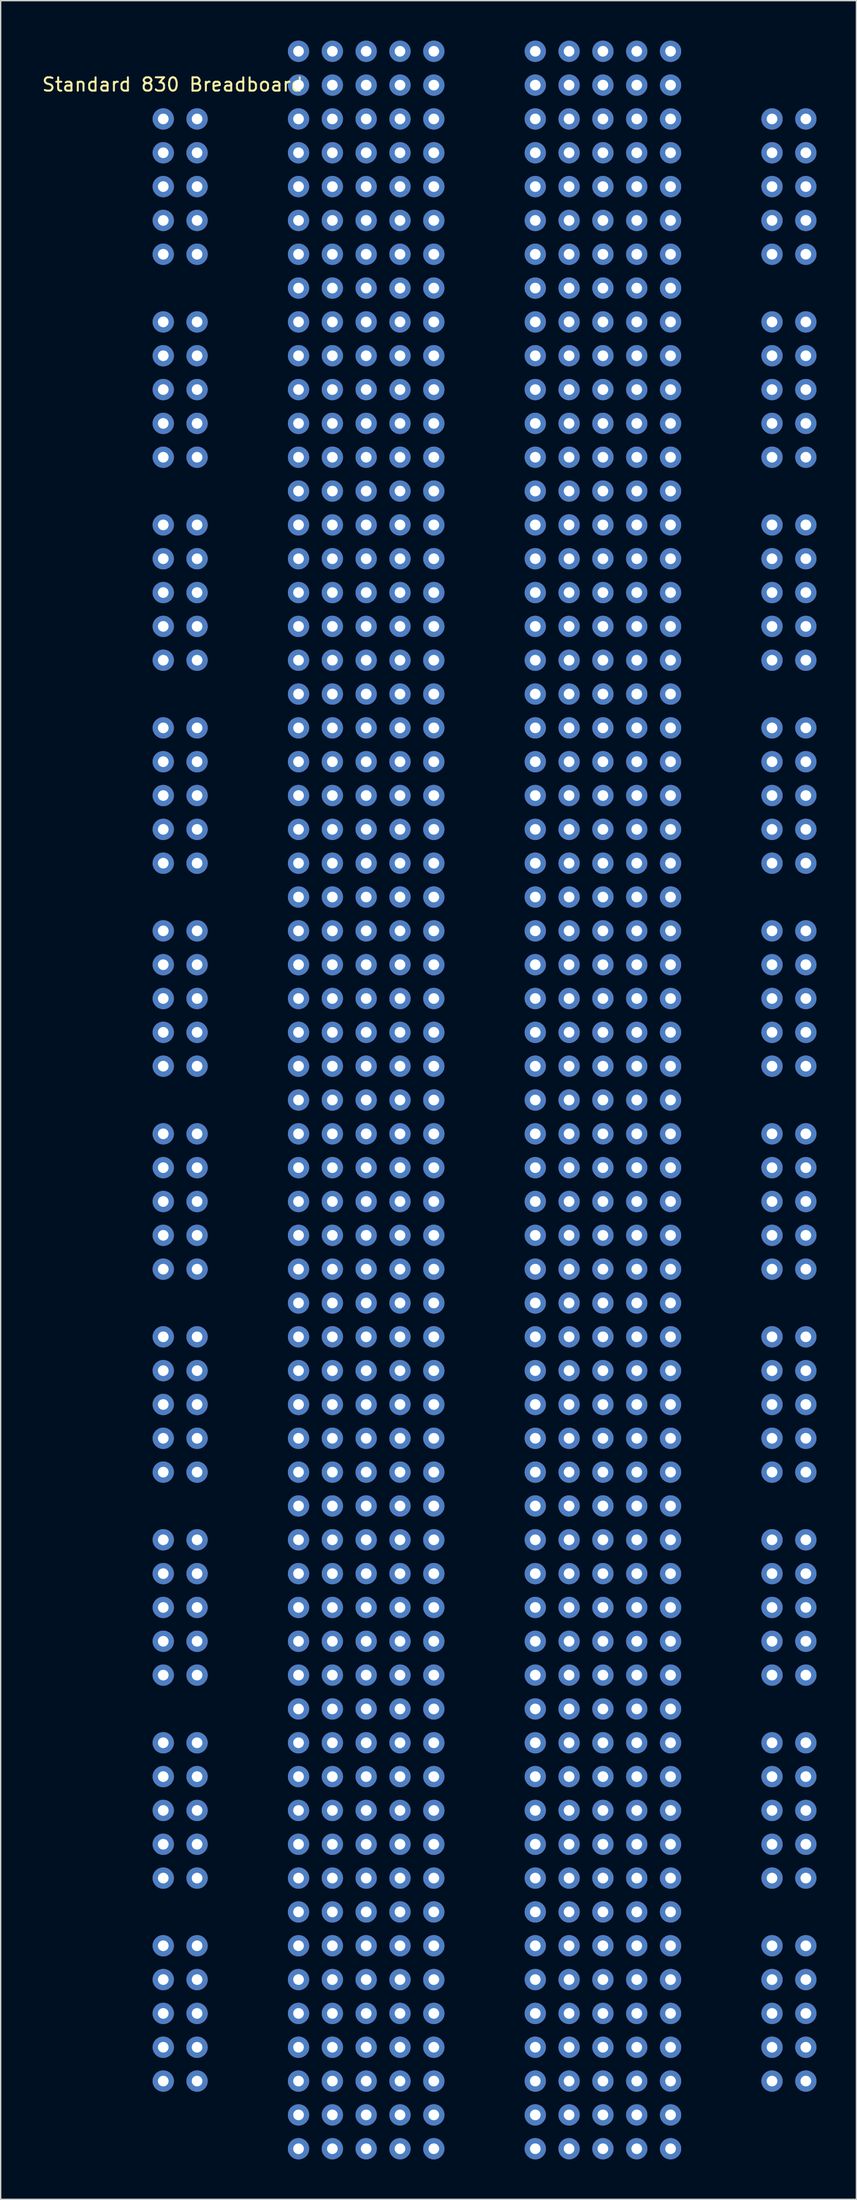
<source format=kicad_pcb>
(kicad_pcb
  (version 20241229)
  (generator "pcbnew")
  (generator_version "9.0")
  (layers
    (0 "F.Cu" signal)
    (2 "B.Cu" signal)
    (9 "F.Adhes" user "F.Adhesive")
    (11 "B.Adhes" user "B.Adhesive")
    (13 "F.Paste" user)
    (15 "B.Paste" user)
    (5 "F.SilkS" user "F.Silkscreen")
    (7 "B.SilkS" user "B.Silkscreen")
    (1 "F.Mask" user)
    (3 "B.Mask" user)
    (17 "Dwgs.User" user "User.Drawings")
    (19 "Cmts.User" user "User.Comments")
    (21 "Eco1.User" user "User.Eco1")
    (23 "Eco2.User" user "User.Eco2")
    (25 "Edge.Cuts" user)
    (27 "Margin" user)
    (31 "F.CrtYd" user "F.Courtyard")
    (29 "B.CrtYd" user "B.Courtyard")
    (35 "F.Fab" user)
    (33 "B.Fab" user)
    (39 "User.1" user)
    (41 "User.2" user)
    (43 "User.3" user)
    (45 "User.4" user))
  (footprint "Standard 830 Breadboard"
    (layer "F.Cu")
    (at 9.211 0.8)
    (property "Reference" "Standard 830 Breadboard" (at 0.7 2.5 0) (layer "F.SilkS") (effects (font (size 1 1) (thickness 0.15))))
    (attr through_hole)
    (pad "" thru_hole circle (at 0 5.08 90) (size 1.6 1.6) (drill 0.8) (layers "*.Cu" "*.Mask"))
    (pad "" thru_hole circle (at 0 7.62 90) (size 1.6 1.6) (drill 0.8) (layers "*.Cu" "*.Mask"))
    (pad "" thru_hole circle (at 0 10.16 90) (size 1.6 1.6) (drill 0.8) (layers "*.Cu" "*.Mask"))
    (pad "" thru_hole circle (at 0 12.7 90) (size 1.6 1.6) (drill 0.8) (layers "*.Cu" "*.Mask"))
    (pad "" thru_hole circle (at 0 15.24 90) (size 1.6 1.6) (drill 0.8) (layers "*.Cu" "*.Mask"))
    (pad "" thru_hole circle (at 0 20.32 90) (size 1.6 1.6) (drill 0.8) (layers "*.Cu" "*.Mask"))
    (pad "" thru_hole circle (at 0 22.86 90) (size 1.6 1.6) (drill 0.8) (layers "*.Cu" "*.Mask"))
    (pad "" thru_hole circle (at 0 25.4 90) (size 1.6 1.6) (drill 0.8) (layers "*.Cu" "*.Mask"))
    (pad "" thru_hole circle (at 0 27.94 90) (size 1.6 1.6) (drill 0.8) (layers "*.Cu" "*.Mask"))
    (pad "" thru_hole circle (at 0 30.48 90) (size 1.6 1.6) (drill 0.8) (layers "*.Cu" "*.Mask"))
    (pad "" thru_hole circle (at 0 35.56 90) (size 1.6 1.6) (drill 0.8) (layers "*.Cu" "*.Mask"))
    (pad "" thru_hole circle (at 0 38.1 90) (size 1.6 1.6) (drill 0.8) (layers "*.Cu" "*.Mask"))
    (pad "" thru_hole circle (at 0 40.64 90) (size 1.6 1.6) (drill 0.8) (layers "*.Cu" "*.Mask"))
    (pad "" thru_hole circle (at 0 43.18 90) (size 1.6 1.6) (drill 0.8) (layers "*.Cu" "*.Mask"))
    (pad "" thru_hole circle (at 0 45.72 90) (size 1.6 1.6) (drill 0.8) (layers "*.Cu" "*.Mask"))
    (pad "" thru_hole circle (at 0 50.8 90) (size 1.6 1.6) (drill 0.8) (layers "*.Cu" "*.Mask"))
    (pad "" thru_hole circle (at 0 53.34 90) (size 1.6 1.6) (drill 0.8) (layers "*.Cu" "*.Mask"))
    (pad "" thru_hole circle (at 0 55.88 90) (size 1.6 1.6) (drill 0.8) (layers "*.Cu" "*.Mask"))
    (pad "" thru_hole circle (at 0 58.42 90) (size 1.6 1.6) (drill 0.8) (layers "*.Cu" "*.Mask"))
    (pad "" thru_hole circle (at 0 60.96 90) (size 1.6 1.6) (drill 0.8) (layers "*.Cu" "*.Mask"))
    (pad "" thru_hole circle (at 0 66.04 90) (size 1.6 1.6) (drill 0.8) (layers "*.Cu" "*.Mask"))
    (pad "" thru_hole circle (at 0 68.58 90) (size 1.6 1.6) (drill 0.8) (layers "*.Cu" "*.Mask"))
    (pad "" thru_hole circle (at 0 71.12 90) (size 1.6 1.6) (drill 0.8) (layers "*.Cu" "*.Mask"))
    (pad "" thru_hole circle (at 0 73.66 90) (size 1.6 1.6) (drill 0.8) (layers "*.Cu" "*.Mask"))
    (pad "" thru_hole circle (at 0 76.2 90) (size 1.6 1.6) (drill 0.8) (layers "*.Cu" "*.Mask"))
    (pad "" thru_hole circle (at 0 81.28 90) (size 1.6 1.6) (drill 0.8) (layers "*.Cu" "*.Mask"))
    (pad "" thru_hole circle (at 0 83.82 90) (size 1.6 1.6) (drill 0.8) (layers "*.Cu" "*.Mask"))
    (pad "" thru_hole circle (at 0 86.36 90) (size 1.6 1.6) (drill 0.8) (layers "*.Cu" "*.Mask"))
    (pad "" thru_hole circle (at 0 88.9 90) (size 1.6 1.6) (drill 0.8) (layers "*.Cu" "*.Mask"))
    (pad "" thru_hole circle (at 0 91.44 90) (size 1.6 1.6) (drill 0.8) (layers "*.Cu" "*.Mask"))
    (pad "" thru_hole circle (at 0 96.52 90) (size 1.6 1.6) (drill 0.8) (layers "*.Cu" "*.Mask"))
    (pad "" thru_hole circle (at 0 99.06 90) (size 1.6 1.6) (drill 0.8) (layers "*.Cu" "*.Mask"))
    (pad "" thru_hole circle (at 0 101.6 90) (size 1.6 1.6) (drill 0.8) (layers "*.Cu" "*.Mask"))
    (pad "" thru_hole circle (at 0 104.14 90) (size 1.6 1.6) (drill 0.8) (layers "*.Cu" "*.Mask"))
    (pad "" thru_hole circle (at 0 106.68 90) (size 1.6 1.6) (drill 0.8) (layers "*.Cu" "*.Mask"))
    (pad "" thru_hole circle (at 0 111.76 90) (size 1.6 1.6) (drill 0.8) (layers "*.Cu" "*.Mask"))
    (pad "" thru_hole circle (at 0 114.3 90) (size 1.6 1.6) (drill 0.8) (layers "*.Cu" "*.Mask"))
    (pad "" thru_hole circle (at 0 116.84 90) (size 1.6 1.6) (drill 0.8) (layers "*.Cu" "*.Mask"))
    (pad "" thru_hole circle (at 0 119.38 90) (size 1.6 1.6) (drill 0.8) (layers "*.Cu" "*.Mask"))
    (pad "" thru_hole circle (at 0 121.92 90) (size 1.6 1.6) (drill 0.8) (layers "*.Cu" "*.Mask"))
    (pad "" thru_hole circle (at 0 127 90) (size 1.6 1.6) (drill 0.8) (layers "*.Cu" "*.Mask"))
    (pad "" thru_hole circle (at 0 129.54 90) (size 1.6 1.6) (drill 0.8) (layers "*.Cu" "*.Mask"))
    (pad "" thru_hole circle (at 0 132.08 90) (size 1.6 1.6) (drill 0.8) (layers "*.Cu" "*.Mask"))
    (pad "" thru_hole circle (at 0 134.62 90) (size 1.6 1.6) (drill 0.8) (layers "*.Cu" "*.Mask"))
    (pad "" thru_hole circle (at 0 137.16 90) (size 1.6 1.6) (drill 0.8) (layers "*.Cu" "*.Mask"))
    (pad "" thru_hole circle (at 0 142.24 90) (size 1.6 1.6) (drill 0.8) (layers "*.Cu" "*.Mask"))
    (pad "" thru_hole circle (at 0 144.78 90) (size 1.6 1.6) (drill 0.8) (layers "*.Cu" "*.Mask"))
    (pad "" thru_hole circle (at 0 147.32 90) (size 1.6 1.6) (drill 0.8) (layers "*.Cu" "*.Mask"))
    (pad "" thru_hole circle (at 0 149.86 90) (size 1.6 1.6) (drill 0.8) (layers "*.Cu" "*.Mask"))
    (pad "" thru_hole circle (at 0 152.4 90) (size 1.6 1.6) (drill 0.8) (layers "*.Cu" "*.Mask"))
    (pad "" thru_hole circle (at 2.54 5.08 90) (size 1.6 1.6) (drill 0.8) (layers "*.Cu" "*.Mask"))
    (pad "" thru_hole circle (at 2.54 7.62 90) (size 1.6 1.6) (drill 0.8) (layers "*.Cu" "*.Mask"))
    (pad "" thru_hole circle (at 2.54 10.16 90) (size 1.6 1.6) (drill 0.8) (layers "*.Cu" "*.Mask"))
    (pad "" thru_hole circle (at 2.54 12.7 90) (size 1.6 1.6) (drill 0.8) (layers "*.Cu" "*.Mask"))
    (pad "" thru_hole circle (at 2.54 15.24 90) (size 1.6 1.6) (drill 0.8) (layers "*.Cu" "*.Mask"))
    (pad "" thru_hole circle (at 2.54 20.32 90) (size 1.6 1.6) (drill 0.8) (layers "*.Cu" "*.Mask"))
    (pad "" thru_hole circle (at 2.54 22.86 90) (size 1.6 1.6) (drill 0.8) (layers "*.Cu" "*.Mask"))
    (pad "" thru_hole circle (at 2.54 25.4 90) (size 1.6 1.6) (drill 0.8) (layers "*.Cu" "*.Mask"))
    (pad "" thru_hole circle (at 2.54 27.94 90) (size 1.6 1.6) (drill 0.8) (layers "*.Cu" "*.Mask"))
    (pad "" thru_hole circle (at 2.54 30.48 90) (size 1.6 1.6) (drill 0.8) (layers "*.Cu" "*.Mask"))
    (pad "" thru_hole circle (at 2.54 35.56 90) (size 1.6 1.6) (drill 0.8) (layers "*.Cu" "*.Mask"))
    (pad "" thru_hole circle (at 2.54 38.1 90) (size 1.6 1.6) (drill 0.8) (layers "*.Cu" "*.Mask"))
    (pad "" thru_hole circle (at 2.54 40.64 90) (size 1.6 1.6) (drill 0.8) (layers "*.Cu" "*.Mask"))
    (pad "" thru_hole circle (at 2.54 43.18 90) (size 1.6 1.6) (drill 0.8) (layers "*.Cu" "*.Mask"))
    (pad "" thru_hole circle (at 2.54 45.72 90) (size 1.6 1.6) (drill 0.8) (layers "*.Cu" "*.Mask"))
    (pad "" thru_hole circle (at 2.54 50.8 90) (size 1.6 1.6) (drill 0.8) (layers "*.Cu" "*.Mask"))
    (pad "" thru_hole circle (at 2.54 53.34 90) (size 1.6 1.6) (drill 0.8) (layers "*.Cu" "*.Mask"))
    (pad "" thru_hole circle (at 2.54 55.88 90) (size 1.6 1.6) (drill 0.8) (layers "*.Cu" "*.Mask"))
    (pad "" thru_hole circle (at 2.54 58.42 90) (size 1.6 1.6) (drill 0.8) (layers "*.Cu" "*.Mask"))
    (pad "" thru_hole circle (at 2.54 60.96 90) (size 1.6 1.6) (drill 0.8) (layers "*.Cu" "*.Mask"))
    (pad "" thru_hole circle (at 2.54 66.04 90) (size 1.6 1.6) (drill 0.8) (layers "*.Cu" "*.Mask"))
    (pad "" thru_hole circle (at 2.54 68.58 90) (size 1.6 1.6) (drill 0.8) (layers "*.Cu" "*.Mask"))
    (pad "" thru_hole circle (at 2.54 71.12 90) (size 1.6 1.6) (drill 0.8) (layers "*.Cu" "*.Mask"))
    (pad "" thru_hole circle (at 2.54 73.66 90) (size 1.6 1.6) (drill 0.8) (layers "*.Cu" "*.Mask"))
    (pad "" thru_hole circle (at 2.54 76.2 90) (size 1.6 1.6) (drill 0.8) (layers "*.Cu" "*.Mask"))
    (pad "" thru_hole circle (at 2.54 81.28 90) (size 1.6 1.6) (drill 0.8) (layers "*.Cu" "*.Mask"))
    (pad "" thru_hole circle (at 2.54 83.82 90) (size 1.6 1.6) (drill 0.8) (layers "*.Cu" "*.Mask"))
    (pad "" thru_hole circle (at 2.54 86.36 90) (size 1.6 1.6) (drill 0.8) (layers "*.Cu" "*.Mask"))
    (pad "" thru_hole circle (at 2.54 88.9 90) (size 1.6 1.6) (drill 0.8) (layers "*.Cu" "*.Mask"))
    (pad "" thru_hole circle (at 2.54 91.44 90) (size 1.6 1.6) (drill 0.8) (layers "*.Cu" "*.Mask"))
    (pad "" thru_hole circle (at 2.54 96.52 90) (size 1.6 1.6) (drill 0.8) (layers "*.Cu" "*.Mask"))
    (pad "" thru_hole circle (at 2.54 99.06 90) (size 1.6 1.6) (drill 0.8) (layers "*.Cu" "*.Mask"))
    (pad "" thru_hole circle (at 2.54 101.6 90) (size 1.6 1.6) (drill 0.8) (layers "*.Cu" "*.Mask"))
    (pad "" thru_hole circle (at 2.54 104.14 90) (size 1.6 1.6) (drill 0.8) (layers "*.Cu" "*.Mask"))
    (pad "" thru_hole circle (at 2.54 106.68 90) (size 1.6 1.6) (drill 0.8) (layers "*.Cu" "*.Mask"))
    (pad "" thru_hole circle (at 2.54 111.76 90) (size 1.6 1.6) (drill 0.8) (layers "*.Cu" "*.Mask"))
    (pad "" thru_hole circle (at 2.54 114.3 90) (size 1.6 1.6) (drill 0.8) (layers "*.Cu" "*.Mask"))
    (pad "" thru_hole circle (at 2.54 116.84 90) (size 1.6 1.6) (drill 0.8) (layers "*.Cu" "*.Mask"))
    (pad "" thru_hole circle (at 2.54 119.38 90) (size 1.6 1.6) (drill 0.8) (layers "*.Cu" "*.Mask"))
    (pad "" thru_hole circle (at 2.54 121.92 90) (size 1.6 1.6) (drill 0.8) (layers "*.Cu" "*.Mask"))
    (pad "" thru_hole circle (at 2.54 127 90) (size 1.6 1.6) (drill 0.8) (layers "*.Cu" "*.Mask"))
    (pad "" thru_hole circle (at 2.54 129.54 90) (size 1.6 1.6) (drill 0.8) (layers "*.Cu" "*.Mask"))
    (pad "" thru_hole circle (at 2.54 132.08 90) (size 1.6 1.6) (drill 0.8) (layers "*.Cu" "*.Mask"))
    (pad "" thru_hole circle (at 2.54 134.62 90) (size 1.6 1.6) (drill 0.8) (layers "*.Cu" "*.Mask"))
    (pad "" thru_hole circle (at 2.54 137.16 90) (size 1.6 1.6) (drill 0.8) (layers "*.Cu" "*.Mask"))
    (pad "" thru_hole circle (at 2.54 142.24 90) (size 1.6 1.6) (drill 0.8) (layers "*.Cu" "*.Mask"))
    (pad "" thru_hole circle (at 2.54 144.78 90) (size 1.6 1.6) (drill 0.8) (layers "*.Cu" "*.Mask"))
    (pad "" thru_hole circle (at 2.54 147.32 90) (size 1.6 1.6) (drill 0.8) (layers "*.Cu" "*.Mask"))
    (pad "" thru_hole circle (at 2.54 149.86 90) (size 1.6 1.6) (drill 0.8) (layers "*.Cu" "*.Mask"))
    (pad "" thru_hole circle (at 2.54 152.4 90) (size 1.6 1.6) (drill 0.8) (layers "*.Cu" "*.Mask"))
    (pad "" thru_hole circle (at 10.16 0) (size 1.6 1.6) (drill 0.8) (layers "*.Cu" "*.Mask"))
    (pad "" thru_hole circle (at 10.16 2.54) (size 1.6 1.6) (drill 0.8) (layers "*.Cu" "*.Mask"))
    (pad "" thru_hole circle (at 10.16 5.08) (size 1.6 1.6) (drill 0.8) (layers "*.Cu" "*.Mask"))
    (pad "" thru_hole circle (at 10.16 7.62) (size 1.6 1.6) (drill 0.8) (layers "*.Cu" "*.Mask"))
    (pad "" thru_hole circle (at 10.16 10.16) (size 1.6 1.6) (drill 0.8) (layers "*.Cu" "*.Mask"))
    (pad "" thru_hole circle (at 10.16 12.7) (size 1.6 1.6) (drill 0.8) (layers "*.Cu" "*.Mask"))
    (pad "" thru_hole circle (at 10.16 15.24) (size 1.6 1.6) (drill 0.8) (layers "*.Cu" "*.Mask"))
    (pad "" thru_hole circle (at 10.16 17.78) (size 1.6 1.6) (drill 0.8) (layers "*.Cu" "*.Mask"))
    (pad "" thru_hole circle (at 10.16 20.32) (size 1.6 1.6) (drill 0.8) (layers "*.Cu" "*.Mask"))
    (pad "" thru_hole circle (at 10.16 22.86) (size 1.6 1.6) (drill 0.8) (layers "*.Cu" "*.Mask"))
    (pad "" thru_hole circle (at 10.16 25.4) (size 1.6 1.6) (drill 0.8) (layers "*.Cu" "*.Mask"))
    (pad "" thru_hole circle (at 10.16 27.94) (size 1.6 1.6) (drill 0.8) (layers "*.Cu" "*.Mask"))
    (pad "" thru_hole circle (at 10.16 30.48) (size 1.6 1.6) (drill 0.8) (layers "*.Cu" "*.Mask"))
    (pad "" thru_hole circle (at 10.16 33.02) (size 1.6 1.6) (drill 0.8) (layers "*.Cu" "*.Mask"))
    (pad "" thru_hole circle (at 10.16 35.56) (size 1.6 1.6) (drill 0.8) (layers "*.Cu" "*.Mask"))
    (pad "" thru_hole circle (at 10.16 38.1) (size 1.6 1.6) (drill 0.8) (layers "*.Cu" "*.Mask"))
    (pad "" thru_hole circle (at 10.16 40.64) (size 1.6 1.6) (drill 0.8) (layers "*.Cu" "*.Mask"))
    (pad "" thru_hole circle (at 10.16 43.18) (size 1.6 1.6) (drill 0.8) (layers "*.Cu" "*.Mask"))
    (pad "" thru_hole circle (at 10.16 45.72) (size 1.6 1.6) (drill 0.8) (layers "*.Cu" "*.Mask"))
    (pad "" thru_hole circle (at 10.16 48.26) (size 1.6 1.6) (drill 0.8) (layers "*.Cu" "*.Mask"))
    (pad "" thru_hole circle (at 10.16 50.8) (size 1.6 1.6) (drill 0.8) (layers "*.Cu" "*.Mask"))
    (pad "" thru_hole circle (at 10.16 53.34) (size 1.6 1.6) (drill 0.8) (layers "*.Cu" "*.Mask"))
    (pad "" thru_hole circle (at 10.16 55.88) (size 1.6 1.6) (drill 0.8) (layers "*.Cu" "*.Mask"))
    (pad "" thru_hole circle (at 10.16 58.42) (size 1.6 1.6) (drill 0.8) (layers "*.Cu" "*.Mask"))
    (pad "" thru_hole circle (at 10.16 60.96) (size 1.6 1.6) (drill 0.8) (layers "*.Cu" "*.Mask"))
    (pad "" thru_hole circle (at 10.16 63.5) (size 1.6 1.6) (drill 0.8) (layers "*.Cu" "*.Mask"))
    (pad "" thru_hole circle (at 10.16 66.04) (size 1.6 1.6) (drill 0.8) (layers "*.Cu" "*.Mask"))
    (pad "" thru_hole circle (at 10.16 68.58) (size 1.6 1.6) (drill 0.8) (layers "*.Cu" "*.Mask"))
    (pad "" thru_hole circle (at 10.16 71.12) (size 1.6 1.6) (drill 0.8) (layers "*.Cu" "*.Mask"))
    (pad "" thru_hole circle (at 10.16 73.66) (size 1.6 1.6) (drill 0.8) (layers "*.Cu" "*.Mask"))
    (pad "" thru_hole circle (at 10.16 76.2) (size 1.6 1.6) (drill 0.8) (layers "*.Cu" "*.Mask"))
    (pad "" thru_hole circle (at 10.16 78.74) (size 1.6 1.6) (drill 0.8) (layers "*.Cu" "*.Mask"))
    (pad "" thru_hole circle (at 10.16 81.28) (size 1.6 1.6) (drill 0.8) (layers "*.Cu" "*.Mask"))
    (pad "" thru_hole circle (at 10.16 83.82) (size 1.6 1.6) (drill 0.8) (layers "*.Cu" "*.Mask"))
    (pad "" thru_hole circle (at 10.16 86.36) (size 1.6 1.6) (drill 0.8) (layers "*.Cu" "*.Mask"))
    (pad "" thru_hole circle (at 10.16 88.9) (size 1.6 1.6) (drill 0.8) (layers "*.Cu" "*.Mask"))
    (pad "" thru_hole circle (at 10.16 91.44) (size 1.6 1.6) (drill 0.8) (layers "*.Cu" "*.Mask"))
    (pad "" thru_hole circle (at 10.16 93.98) (size 1.6 1.6) (drill 0.8) (layers "*.Cu" "*.Mask"))
    (pad "" thru_hole circle (at 10.16 96.52) (size 1.6 1.6) (drill 0.8) (layers "*.Cu" "*.Mask"))
    (pad "" thru_hole circle (at 10.16 99.06) (size 1.6 1.6) (drill 0.8) (layers "*.Cu" "*.Mask"))
    (pad "" thru_hole circle (at 10.16 101.6) (size 1.6 1.6) (drill 0.8) (layers "*.Cu" "*.Mask"))
    (pad "" thru_hole circle (at 10.16 104.14) (size 1.6 1.6) (drill 0.8) (layers "*.Cu" "*.Mask"))
    (pad "" thru_hole circle (at 10.16 106.68) (size 1.6 1.6) (drill 0.8) (layers "*.Cu" "*.Mask"))
    (pad "" thru_hole circle (at 10.16 109.22) (size 1.6 1.6) (drill 0.8) (layers "*.Cu" "*.Mask"))
    (pad "" thru_hole circle (at 10.16 111.76) (size 1.6 1.6) (drill 0.8) (layers "*.Cu" "*.Mask"))
    (pad "" thru_hole circle (at 10.16 114.3) (size 1.6 1.6) (drill 0.8) (layers "*.Cu" "*.Mask"))
    (pad "" thru_hole circle (at 10.16 116.84) (size 1.6 1.6) (drill 0.8) (layers "*.Cu" "*.Mask"))
    (pad "" thru_hole circle (at 10.16 119.38) (size 1.6 1.6) (drill 0.8) (layers "*.Cu" "*.Mask"))
    (pad "" thru_hole circle (at 10.16 121.92) (size 1.6 1.6) (drill 0.8) (layers "*.Cu" "*.Mask"))
    (pad "" thru_hole circle (at 10.16 124.46) (size 1.6 1.6) (drill 0.8) (layers "*.Cu" "*.Mask"))
    (pad "" thru_hole circle (at 10.16 127) (size 1.6 1.6) (drill 0.8) (layers "*.Cu" "*.Mask"))
    (pad "" thru_hole circle (at 10.16 129.54) (size 1.6 1.6) (drill 0.8) (layers "*.Cu" "*.Mask"))
    (pad "" thru_hole circle (at 10.16 132.08) (size 1.6 1.6) (drill 0.8) (layers "*.Cu" "*.Mask"))
    (pad "" thru_hole circle (at 10.16 134.62) (size 1.6 1.6) (drill 0.8) (layers "*.Cu" "*.Mask"))
    (pad "" thru_hole circle (at 10.16 137.16) (size 1.6 1.6) (drill 0.8) (layers "*.Cu" "*.Mask"))
    (pad "" thru_hole circle (at 10.16 139.7) (size 1.6 1.6) (drill 0.8) (layers "*.Cu" "*.Mask"))
    (pad "" thru_hole circle (at 10.16 142.24) (size 1.6 1.6) (drill 0.8) (layers "*.Cu" "*.Mask"))
    (pad "" thru_hole circle (at 10.16 144.78) (size 1.6 1.6) (drill 0.8) (layers "*.Cu" "*.Mask"))
    (pad "" thru_hole circle (at 10.16 147.32) (size 1.6 1.6) (drill 0.8) (layers "*.Cu" "*.Mask"))
    (pad "" thru_hole circle (at 10.16 149.86) (size 1.6 1.6) (drill 0.8) (layers "*.Cu" "*.Mask"))
    (pad "" thru_hole circle (at 10.16 152.4) (size 1.6 1.6) (drill 0.8) (layers "*.Cu" "*.Mask"))
    (pad "" thru_hole circle (at 10.16 154.94) (size 1.6 1.6) (drill 0.8) (layers "*.Cu" "*.Mask"))
    (pad "" thru_hole circle (at 10.16 157.48) (size 1.6 1.6) (drill 0.8) (layers "*.Cu" "*.Mask"))
    (pad "" thru_hole circle (at 12.7 0) (size 1.6 1.6) (drill 0.8) (layers "*.Cu" "*.Mask"))
    (pad "" thru_hole circle (at 12.7 2.54) (size 1.6 1.6) (drill 0.8) (layers "*.Cu" "*.Mask"))
    (pad "" thru_hole circle (at 12.7 5.08) (size 1.6 1.6) (drill 0.8) (layers "*.Cu" "*.Mask"))
    (pad "" thru_hole circle (at 12.7 7.62) (size 1.6 1.6) (drill 0.8) (layers "*.Cu" "*.Mask"))
    (pad "" thru_hole circle (at 12.7 10.16) (size 1.6 1.6) (drill 0.8) (layers "*.Cu" "*.Mask"))
    (pad "" thru_hole circle (at 12.7 12.7) (size 1.6 1.6) (drill 0.8) (layers "*.Cu" "*.Mask"))
    (pad "" thru_hole circle (at 12.7 15.24) (size 1.6 1.6) (drill 0.8) (layers "*.Cu" "*.Mask"))
    (pad "" thru_hole circle (at 12.7 17.78) (size 1.6 1.6) (drill 0.8) (layers "*.Cu" "*.Mask"))
    (pad "" thru_hole circle (at 12.7 20.32) (size 1.6 1.6) (drill 0.8) (layers "*.Cu" "*.Mask"))
    (pad "" thru_hole circle (at 12.7 22.86) (size 1.6 1.6) (drill 0.8) (layers "*.Cu" "*.Mask"))
    (pad "" thru_hole circle (at 12.7 25.4) (size 1.6 1.6) (drill 0.8) (layers "*.Cu" "*.Mask"))
    (pad "" thru_hole circle (at 12.7 27.94) (size 1.6 1.6) (drill 0.8) (layers "*.Cu" "*.Mask"))
    (pad "" thru_hole circle (at 12.7 30.48) (size 1.6 1.6) (drill 0.8) (layers "*.Cu" "*.Mask"))
    (pad "" thru_hole circle (at 12.7 33.02) (size 1.6 1.6) (drill 0.8) (layers "*.Cu" "*.Mask"))
    (pad "" thru_hole circle (at 12.7 35.56) (size 1.6 1.6) (drill 0.8) (layers "*.Cu" "*.Mask"))
    (pad "" thru_hole circle (at 12.7 38.1) (size 1.6 1.6) (drill 0.8) (layers "*.Cu" "*.Mask"))
    (pad "" thru_hole circle (at 12.7 40.64) (size 1.6 1.6) (drill 0.8) (layers "*.Cu" "*.Mask"))
    (pad "" thru_hole circle (at 12.7 43.18) (size 1.6 1.6) (drill 0.8) (layers "*.Cu" "*.Mask"))
    (pad "" thru_hole circle (at 12.7 45.72) (size 1.6 1.6) (drill 0.8) (layers "*.Cu" "*.Mask"))
    (pad "" thru_hole circle (at 12.7 48.26) (size 1.6 1.6) (drill 0.8) (layers "*.Cu" "*.Mask"))
    (pad "" thru_hole circle (at 12.7 50.8) (size 1.6 1.6) (drill 0.8) (layers "*.Cu" "*.Mask"))
    (pad "" thru_hole circle (at 12.7 53.34) (size 1.6 1.6) (drill 0.8) (layers "*.Cu" "*.Mask"))
    (pad "" thru_hole circle (at 12.7 55.88) (size 1.6 1.6) (drill 0.8) (layers "*.Cu" "*.Mask"))
    (pad "" thru_hole circle (at 12.7 58.42) (size 1.6 1.6) (drill 0.8) (layers "*.Cu" "*.Mask"))
    (pad "" thru_hole circle (at 12.7 60.96) (size 1.6 1.6) (drill 0.8) (layers "*.Cu" "*.Mask"))
    (pad "" thru_hole circle (at 12.7 63.5) (size 1.6 1.6) (drill 0.8) (layers "*.Cu" "*.Mask"))
    (pad "" thru_hole circle (at 12.7 66.04) (size 1.6 1.6) (drill 0.8) (layers "*.Cu" "*.Mask"))
    (pad "" thru_hole circle (at 12.7 68.58) (size 1.6 1.6) (drill 0.8) (layers "*.Cu" "*.Mask"))
    (pad "" thru_hole circle (at 12.7 71.12) (size 1.6 1.6) (drill 0.8) (layers "*.Cu" "*.Mask"))
    (pad "" thru_hole circle (at 12.7 73.66) (size 1.6 1.6) (drill 0.8) (layers "*.Cu" "*.Mask"))
    (pad "" thru_hole circle (at 12.7 76.2) (size 1.6 1.6) (drill 0.8) (layers "*.Cu" "*.Mask"))
    (pad "" thru_hole circle (at 12.7 78.74) (size 1.6 1.6) (drill 0.8) (layers "*.Cu" "*.Mask"))
    (pad "" thru_hole circle (at 12.7 81.28) (size 1.6 1.6) (drill 0.8) (layers "*.Cu" "*.Mask"))
    (pad "" thru_hole circle (at 12.7 83.82) (size 1.6 1.6) (drill 0.8) (layers "*.Cu" "*.Mask"))
    (pad "" thru_hole circle (at 12.7 86.36) (size 1.6 1.6) (drill 0.8) (layers "*.Cu" "*.Mask"))
    (pad "" thru_hole circle (at 12.7 88.9) (size 1.6 1.6) (drill 0.8) (layers "*.Cu" "*.Mask"))
    (pad "" thru_hole circle (at 12.7 91.44) (size 1.6 1.6) (drill 0.8) (layers "*.Cu" "*.Mask"))
    (pad "" thru_hole circle (at 12.7 93.98) (size 1.6 1.6) (drill 0.8) (layers "*.Cu" "*.Mask"))
    (pad "" thru_hole circle (at 12.7 96.52) (size 1.6 1.6) (drill 0.8) (layers "*.Cu" "*.Mask"))
    (pad "" thru_hole circle (at 12.7 99.06) (size 1.6 1.6) (drill 0.8) (layers "*.Cu" "*.Mask"))
    (pad "" thru_hole circle (at 12.7 101.6) (size 1.6 1.6) (drill 0.8) (layers "*.Cu" "*.Mask"))
    (pad "" thru_hole circle (at 12.7 104.14) (size 1.6 1.6) (drill 0.8) (layers "*.Cu" "*.Mask"))
    (pad "" thru_hole circle (at 12.7 106.68) (size 1.6 1.6) (drill 0.8) (layers "*.Cu" "*.Mask"))
    (pad "" thru_hole circle (at 12.7 109.22) (size 1.6 1.6) (drill 0.8) (layers "*.Cu" "*.Mask"))
    (pad "" thru_hole circle (at 12.7 111.76) (size 1.6 1.6) (drill 0.8) (layers "*.Cu" "*.Mask"))
    (pad "" thru_hole circle (at 12.7 114.3) (size 1.6 1.6) (drill 0.8) (layers "*.Cu" "*.Mask"))
    (pad "" thru_hole circle (at 12.7 116.84) (size 1.6 1.6) (drill 0.8) (layers "*.Cu" "*.Mask"))
    (pad "" thru_hole circle (at 12.7 119.38) (size 1.6 1.6) (drill 0.8) (layers "*.Cu" "*.Mask"))
    (pad "" thru_hole circle (at 12.7 121.92) (size 1.6 1.6) (drill 0.8) (layers "*.Cu" "*.Mask"))
    (pad "" thru_hole circle (at 12.7 124.46) (size 1.6 1.6) (drill 0.8) (layers "*.Cu" "*.Mask"))
    (pad "" thru_hole circle (at 12.7 127) (size 1.6 1.6) (drill 0.8) (layers "*.Cu" "*.Mask"))
    (pad "" thru_hole circle (at 12.7 129.54) (size 1.6 1.6) (drill 0.8) (layers "*.Cu" "*.Mask"))
    (pad "" thru_hole circle (at 12.7 132.08) (size 1.6 1.6) (drill 0.8) (layers "*.Cu" "*.Mask"))
    (pad "" thru_hole circle (at 12.7 134.62) (size 1.6 1.6) (drill 0.8) (layers "*.Cu" "*.Mask"))
    (pad "" thru_hole circle (at 12.7 137.16) (size 1.6 1.6) (drill 0.8) (layers "*.Cu" "*.Mask"))
    (pad "" thru_hole circle (at 12.7 139.7) (size 1.6 1.6) (drill 0.8) (layers "*.Cu" "*.Mask"))
    (pad "" thru_hole circle (at 12.7 142.24) (size 1.6 1.6) (drill 0.8) (layers "*.Cu" "*.Mask"))
    (pad "" thru_hole circle (at 12.7 144.78) (size 1.6 1.6) (drill 0.8) (layers "*.Cu" "*.Mask"))
    (pad "" thru_hole circle (at 12.7 147.32) (size 1.6 1.6) (drill 0.8) (layers "*.Cu" "*.Mask"))
    (pad "" thru_hole circle (at 12.7 149.86) (size 1.6 1.6) (drill 0.8) (layers "*.Cu" "*.Mask"))
    (pad "" thru_hole circle (at 12.7 152.4) (size 1.6 1.6) (drill 0.8) (layers "*.Cu" "*.Mask"))
    (pad "" thru_hole circle (at 12.7 154.94) (size 1.6 1.6) (drill 0.8) (layers "*.Cu" "*.Mask"))
    (pad "" thru_hole circle (at 12.7 157.48) (size 1.6 1.6) (drill 0.8) (layers "*.Cu" "*.Mask"))
    (pad "" thru_hole circle (at 15.24 0) (size 1.6 1.6) (drill 0.8) (layers "*.Cu" "*.Mask"))
    (pad "" thru_hole circle (at 15.24 2.54) (size 1.6 1.6) (drill 0.8) (layers "*.Cu" "*.Mask"))
    (pad "" thru_hole circle (at 15.24 5.08) (size 1.6 1.6) (drill 0.8) (layers "*.Cu" "*.Mask"))
    (pad "" thru_hole circle (at 15.24 7.62) (size 1.6 1.6) (drill 0.8) (layers "*.Cu" "*.Mask"))
    (pad "" thru_hole circle (at 15.24 10.16) (size 1.6 1.6) (drill 0.8) (layers "*.Cu" "*.Mask"))
    (pad "" thru_hole circle (at 15.24 12.7) (size 1.6 1.6) (drill 0.8) (layers "*.Cu" "*.Mask"))
    (pad "" thru_hole circle (at 15.24 15.24) (size 1.6 1.6) (drill 0.8) (layers "*.Cu" "*.Mask"))
    (pad "" thru_hole circle (at 15.24 17.78) (size 1.6 1.6) (drill 0.8) (layers "*.Cu" "*.Mask"))
    (pad "" thru_hole circle (at 15.24 20.32) (size 1.6 1.6) (drill 0.8) (layers "*.Cu" "*.Mask"))
    (pad "" thru_hole circle (at 15.24 22.86) (size 1.6 1.6) (drill 0.8) (layers "*.Cu" "*.Mask"))
    (pad "" thru_hole circle (at 15.24 25.4) (size 1.6 1.6) (drill 0.8) (layers "*.Cu" "*.Mask"))
    (pad "" thru_hole circle (at 15.24 27.94) (size 1.6 1.6) (drill 0.8) (layers "*.Cu" "*.Mask"))
    (pad "" thru_hole circle (at 15.24 30.48) (size 1.6 1.6) (drill 0.8) (layers "*.Cu" "*.Mask"))
    (pad "" thru_hole circle (at 15.24 33.02) (size 1.6 1.6) (drill 0.8) (layers "*.Cu" "*.Mask"))
    (pad "" thru_hole circle (at 15.24 35.56) (size 1.6 1.6) (drill 0.8) (layers "*.Cu" "*.Mask"))
    (pad "" thru_hole circle (at 15.24 38.1) (size 1.6 1.6) (drill 0.8) (layers "*.Cu" "*.Mask"))
    (pad "" thru_hole circle (at 15.24 40.64) (size 1.6 1.6) (drill 0.8) (layers "*.Cu" "*.Mask"))
    (pad "" thru_hole circle (at 15.24 43.18) (size 1.6 1.6) (drill 0.8) (layers "*.Cu" "*.Mask"))
    (pad "" thru_hole circle (at 15.24 45.72) (size 1.6 1.6) (drill 0.8) (layers "*.Cu" "*.Mask"))
    (pad "" thru_hole circle (at 15.24 48.26) (size 1.6 1.6) (drill 0.8) (layers "*.Cu" "*.Mask"))
    (pad "" thru_hole circle (at 15.24 50.8) (size 1.6 1.6) (drill 0.8) (layers "*.Cu" "*.Mask"))
    (pad "" thru_hole circle (at 15.24 53.34) (size 1.6 1.6) (drill 0.8) (layers "*.Cu" "*.Mask"))
    (pad "" thru_hole circle (at 15.24 55.88) (size 1.6 1.6) (drill 0.8) (layers "*.Cu" "*.Mask"))
    (pad "" thru_hole circle (at 15.24 58.42) (size 1.6 1.6) (drill 0.8) (layers "*.Cu" "*.Mask"))
    (pad "" thru_hole circle (at 15.24 60.96) (size 1.6 1.6) (drill 0.8) (layers "*.Cu" "*.Mask"))
    (pad "" thru_hole circle (at 15.24 63.5) (size 1.6 1.6) (drill 0.8) (layers "*.Cu" "*.Mask"))
    (pad "" thru_hole circle (at 15.24 66.04) (size 1.6 1.6) (drill 0.8) (layers "*.Cu" "*.Mask"))
    (pad "" thru_hole circle (at 15.24 68.58) (size 1.6 1.6) (drill 0.8) (layers "*.Cu" "*.Mask"))
    (pad "" thru_hole circle (at 15.24 71.12) (size 1.6 1.6) (drill 0.8) (layers "*.Cu" "*.Mask"))
    (pad "" thru_hole circle (at 15.24 73.66) (size 1.6 1.6) (drill 0.8) (layers "*.Cu" "*.Mask"))
    (pad "" thru_hole circle (at 15.24 76.2) (size 1.6 1.6) (drill 0.8) (layers "*.Cu" "*.Mask"))
    (pad "" thru_hole circle (at 15.24 78.74) (size 1.6 1.6) (drill 0.8) (layers "*.Cu" "*.Mask"))
    (pad "" thru_hole circle (at 15.24 81.28) (size 1.6 1.6) (drill 0.8) (layers "*.Cu" "*.Mask"))
    (pad "" thru_hole circle (at 15.24 83.82) (size 1.6 1.6) (drill 0.8) (layers "*.Cu" "*.Mask"))
    (pad "" thru_hole circle (at 15.24 86.36) (size 1.6 1.6) (drill 0.8) (layers "*.Cu" "*.Mask"))
    (pad "" thru_hole circle (at 15.24 88.9) (size 1.6 1.6) (drill 0.8) (layers "*.Cu" "*.Mask"))
    (pad "" thru_hole circle (at 15.24 91.44) (size 1.6 1.6) (drill 0.8) (layers "*.Cu" "*.Mask"))
    (pad "" thru_hole circle (at 15.24 93.98) (size 1.6 1.6) (drill 0.8) (layers "*.Cu" "*.Mask"))
    (pad "" thru_hole circle (at 15.24 96.52) (size 1.6 1.6) (drill 0.8) (layers "*.Cu" "*.Mask"))
    (pad "" thru_hole circle (at 15.24 99.06) (size 1.6 1.6) (drill 0.8) (layers "*.Cu" "*.Mask"))
    (pad "" thru_hole circle (at 15.24 101.6) (size 1.6 1.6) (drill 0.8) (layers "*.Cu" "*.Mask"))
    (pad "" thru_hole circle (at 15.24 104.14) (size 1.6 1.6) (drill 0.8) (layers "*.Cu" "*.Mask"))
    (pad "" thru_hole circle (at 15.24 106.68) (size 1.6 1.6) (drill 0.8) (layers "*.Cu" "*.Mask"))
    (pad "" thru_hole circle (at 15.24 109.22) (size 1.6 1.6) (drill 0.8) (layers "*.Cu" "*.Mask"))
    (pad "" thru_hole circle (at 15.24 111.76) (size 1.6 1.6) (drill 0.8) (layers "*.Cu" "*.Mask"))
    (pad "" thru_hole circle (at 15.24 114.3) (size 1.6 1.6) (drill 0.8) (layers "*.Cu" "*.Mask"))
    (pad "" thru_hole circle (at 15.24 116.84) (size 1.6 1.6) (drill 0.8) (layers "*.Cu" "*.Mask"))
    (pad "" thru_hole circle (at 15.24 119.38) (size 1.6 1.6) (drill 0.8) (layers "*.Cu" "*.Mask"))
    (pad "" thru_hole circle (at 15.24 121.92) (size 1.6 1.6) (drill 0.8) (layers "*.Cu" "*.Mask"))
    (pad "" thru_hole circle (at 15.24 124.46) (size 1.6 1.6) (drill 0.8) (layers "*.Cu" "*.Mask"))
    (pad "" thru_hole circle (at 15.24 127) (size 1.6 1.6) (drill 0.8) (layers "*.Cu" "*.Mask"))
    (pad "" thru_hole circle (at 15.24 129.54) (size 1.6 1.6) (drill 0.8) (layers "*.Cu" "*.Mask"))
    (pad "" thru_hole circle (at 15.24 132.08) (size 1.6 1.6) (drill 0.8) (layers "*.Cu" "*.Mask"))
    (pad "" thru_hole circle (at 15.24 134.62) (size 1.6 1.6) (drill 0.8) (layers "*.Cu" "*.Mask"))
    (pad "" thru_hole circle (at 15.24 137.16) (size 1.6 1.6) (drill 0.8) (layers "*.Cu" "*.Mask"))
    (pad "" thru_hole circle (at 15.24 139.7) (size 1.6 1.6) (drill 0.8) (layers "*.Cu" "*.Mask"))
    (pad "" thru_hole circle (at 15.24 142.24) (size 1.6 1.6) (drill 0.8) (layers "*.Cu" "*.Mask"))
    (pad "" thru_hole circle (at 15.24 144.78) (size 1.6 1.6) (drill 0.8) (layers "*.Cu" "*.Mask"))
    (pad "" thru_hole circle (at 15.24 147.32) (size 1.6 1.6) (drill 0.8) (layers "*.Cu" "*.Mask"))
    (pad "" thru_hole circle (at 15.24 149.86) (size 1.6 1.6) (drill 0.8) (layers "*.Cu" "*.Mask"))
    (pad "" thru_hole circle (at 15.24 152.4) (size 1.6 1.6) (drill 0.8) (layers "*.Cu" "*.Mask"))
    (pad "" thru_hole circle (at 15.24 154.94) (size 1.6 1.6) (drill 0.8) (layers "*.Cu" "*.Mask"))
    (pad "" thru_hole circle (at 15.24 157.48) (size 1.6 1.6) (drill 0.8) (layers "*.Cu" "*.Mask"))
    (pad "" thru_hole circle (at 17.78 0) (size 1.6 1.6) (drill 0.8) (layers "*.Cu" "*.Mask"))
    (pad "" thru_hole circle (at 17.78 2.54) (size 1.6 1.6) (drill 0.8) (layers "*.Cu" "*.Mask"))
    (pad "" thru_hole circle (at 17.78 5.08) (size 1.6 1.6) (drill 0.8) (layers "*.Cu" "*.Mask"))
    (pad "" thru_hole circle (at 17.78 7.62) (size 1.6 1.6) (drill 0.8) (layers "*.Cu" "*.Mask"))
    (pad "" thru_hole circle (at 17.78 10.16) (size 1.6 1.6) (drill 0.8) (layers "*.Cu" "*.Mask"))
    (pad "" thru_hole circle (at 17.78 12.7) (size 1.6 1.6) (drill 0.8) (layers "*.Cu" "*.Mask"))
    (pad "" thru_hole circle (at 17.78 15.24) (size 1.6 1.6) (drill 0.8) (layers "*.Cu" "*.Mask"))
    (pad "" thru_hole circle (at 17.78 17.78) (size 1.6 1.6) (drill 0.8) (layers "*.Cu" "*.Mask"))
    (pad "" thru_hole circle (at 17.78 20.32) (size 1.6 1.6) (drill 0.8) (layers "*.Cu" "*.Mask"))
    (pad "" thru_hole circle (at 17.78 22.86) (size 1.6 1.6) (drill 0.8) (layers "*.Cu" "*.Mask"))
    (pad "" thru_hole circle (at 17.78 25.4) (size 1.6 1.6) (drill 0.8) (layers "*.Cu" "*.Mask"))
    (pad "" thru_hole circle (at 17.78 27.94) (size 1.6 1.6) (drill 0.8) (layers "*.Cu" "*.Mask"))
    (pad "" thru_hole circle (at 17.78 30.48) (size 1.6 1.6) (drill 0.8) (layers "*.Cu" "*.Mask"))
    (pad "" thru_hole circle (at 17.78 33.02) (size 1.6 1.6) (drill 0.8) (layers "*.Cu" "*.Mask"))
    (pad "" thru_hole circle (at 17.78 35.56) (size 1.6 1.6) (drill 0.8) (layers "*.Cu" "*.Mask"))
    (pad "" thru_hole circle (at 17.78 38.1) (size 1.6 1.6) (drill 0.8) (layers "*.Cu" "*.Mask"))
    (pad "" thru_hole circle (at 17.78 40.64) (size 1.6 1.6) (drill 0.8) (layers "*.Cu" "*.Mask"))
    (pad "" thru_hole circle (at 17.78 43.18) (size 1.6 1.6) (drill 0.8) (layers "*.Cu" "*.Mask"))
    (pad "" thru_hole circle (at 17.78 45.72) (size 1.6 1.6) (drill 0.8) (layers "*.Cu" "*.Mask"))
    (pad "" thru_hole circle (at 17.78 48.26) (size 1.6 1.6) (drill 0.8) (layers "*.Cu" "*.Mask"))
    (pad "" thru_hole circle (at 17.78 50.8) (size 1.6 1.6) (drill 0.8) (layers "*.Cu" "*.Mask"))
    (pad "" thru_hole circle (at 17.78 53.34) (size 1.6 1.6) (drill 0.8) (layers "*.Cu" "*.Mask"))
    (pad "" thru_hole circle (at 17.78 55.88) (size 1.6 1.6) (drill 0.8) (layers "*.Cu" "*.Mask"))
    (pad "" thru_hole circle (at 17.78 58.42) (size 1.6 1.6) (drill 0.8) (layers "*.Cu" "*.Mask"))
    (pad "" thru_hole circle (at 17.78 60.96) (size 1.6 1.6) (drill 0.8) (layers "*.Cu" "*.Mask"))
    (pad "" thru_hole circle (at 17.78 63.5) (size 1.6 1.6) (drill 0.8) (layers "*.Cu" "*.Mask"))
    (pad "" thru_hole circle (at 17.78 66.04) (size 1.6 1.6) (drill 0.8) (layers "*.Cu" "*.Mask"))
    (pad "" thru_hole circle (at 17.78 68.58) (size 1.6 1.6) (drill 0.8) (layers "*.Cu" "*.Mask"))
    (pad "" thru_hole circle (at 17.78 71.12) (size 1.6 1.6) (drill 0.8) (layers "*.Cu" "*.Mask"))
    (pad "" thru_hole circle (at 17.78 73.66) (size 1.6 1.6) (drill 0.8) (layers "*.Cu" "*.Mask"))
    (pad "" thru_hole circle (at 17.78 76.2) (size 1.6 1.6) (drill 0.8) (layers "*.Cu" "*.Mask"))
    (pad "" thru_hole circle (at 17.78 78.74) (size 1.6 1.6) (drill 0.8) (layers "*.Cu" "*.Mask"))
    (pad "" thru_hole circle (at 17.78 81.28) (size 1.6 1.6) (drill 0.8) (layers "*.Cu" "*.Mask"))
    (pad "" thru_hole circle (at 17.78 83.82) (size 1.6 1.6) (drill 0.8) (layers "*.Cu" "*.Mask"))
    (pad "" thru_hole circle (at 17.78 86.36) (size 1.6 1.6) (drill 0.8) (layers "*.Cu" "*.Mask"))
    (pad "" thru_hole circle (at 17.78 88.9) (size 1.6 1.6) (drill 0.8) (layers "*.Cu" "*.Mask"))
    (pad "" thru_hole circle (at 17.78 91.44) (size 1.6 1.6) (drill 0.8) (layers "*.Cu" "*.Mask"))
    (pad "" thru_hole circle (at 17.78 93.98) (size 1.6 1.6) (drill 0.8) (layers "*.Cu" "*.Mask"))
    (pad "" thru_hole circle (at 17.78 96.52) (size 1.6 1.6) (drill 0.8) (layers "*.Cu" "*.Mask"))
    (pad "" thru_hole circle (at 17.78 99.06) (size 1.6 1.6) (drill 0.8) (layers "*.Cu" "*.Mask"))
    (pad "" thru_hole circle (at 17.78 101.6) (size 1.6 1.6) (drill 0.8) (layers "*.Cu" "*.Mask"))
    (pad "" thru_hole circle (at 17.78 104.14) (size 1.6 1.6) (drill 0.8) (layers "*.Cu" "*.Mask"))
    (pad "" thru_hole circle (at 17.78 106.68) (size 1.6 1.6) (drill 0.8) (layers "*.Cu" "*.Mask"))
    (pad "" thru_hole circle (at 17.78 109.22) (size 1.6 1.6) (drill 0.8) (layers "*.Cu" "*.Mask"))
    (pad "" thru_hole circle (at 17.78 111.76) (size 1.6 1.6) (drill 0.8) (layers "*.Cu" "*.Mask"))
    (pad "" thru_hole circle (at 17.78 114.3) (size 1.6 1.6) (drill 0.8) (layers "*.Cu" "*.Mask"))
    (pad "" thru_hole circle (at 17.78 116.84) (size 1.6 1.6) (drill 0.8) (layers "*.Cu" "*.Mask"))
    (pad "" thru_hole circle (at 17.78 119.38) (size 1.6 1.6) (drill 0.8) (layers "*.Cu" "*.Mask"))
    (pad "" thru_hole circle (at 17.78 121.92) (size 1.6 1.6) (drill 0.8) (layers "*.Cu" "*.Mask"))
    (pad "" thru_hole circle (at 17.78 124.46) (size 1.6 1.6) (drill 0.8) (layers "*.Cu" "*.Mask"))
    (pad "" thru_hole circle (at 17.78 127) (size 1.6 1.6) (drill 0.8) (layers "*.Cu" "*.Mask"))
    (pad "" thru_hole circle (at 17.78 129.54) (size 1.6 1.6) (drill 0.8) (layers "*.Cu" "*.Mask"))
    (pad "" thru_hole circle (at 17.78 132.08) (size 1.6 1.6) (drill 0.8) (layers "*.Cu" "*.Mask"))
    (pad "" thru_hole circle (at 17.78 134.62) (size 1.6 1.6) (drill 0.8) (layers "*.Cu" "*.Mask"))
    (pad "" thru_hole circle (at 17.78 137.16) (size 1.6 1.6) (drill 0.8) (layers "*.Cu" "*.Mask"))
    (pad "" thru_hole circle (at 17.78 139.7) (size 1.6 1.6) (drill 0.8) (layers "*.Cu" "*.Mask"))
    (pad "" thru_hole circle (at 17.78 142.24) (size 1.6 1.6) (drill 0.8) (layers "*.Cu" "*.Mask"))
    (pad "" thru_hole circle (at 17.78 144.78) (size 1.6 1.6) (drill 0.8) (layers "*.Cu" "*.Mask"))
    (pad "" thru_hole circle (at 17.78 147.32) (size 1.6 1.6) (drill 0.8) (layers "*.Cu" "*.Mask"))
    (pad "" thru_hole circle (at 17.78 149.86) (size 1.6 1.6) (drill 0.8) (layers "*.Cu" "*.Mask"))
    (pad "" thru_hole circle (at 17.78 152.4) (size 1.6 1.6) (drill 0.8) (layers "*.Cu" "*.Mask"))
    (pad "" thru_hole circle (at 17.78 154.94) (size 1.6 1.6) (drill 0.8) (layers "*.Cu" "*.Mask"))
    (pad "" thru_hole circle (at 17.78 157.48) (size 1.6 1.6) (drill 0.8) (layers "*.Cu" "*.Mask"))
    (pad "" thru_hole circle (at 20.32 0) (size 1.6 1.6) (drill 0.8) (layers "*.Cu" "*.Mask"))
    (pad "" thru_hole circle (at 20.32 2.54) (size 1.6 1.6) (drill 0.8) (layers "*.Cu" "*.Mask"))
    (pad "" thru_hole circle (at 20.32 5.08) (size 1.6 1.6) (drill 0.8) (layers "*.Cu" "*.Mask"))
    (pad "" thru_hole circle (at 20.32 7.62) (size 1.6 1.6) (drill 0.8) (layers "*.Cu" "*.Mask"))
    (pad "" thru_hole circle (at 20.32 10.16) (size 1.6 1.6) (drill 0.8) (layers "*.Cu" "*.Mask"))
    (pad "" thru_hole circle (at 20.32 12.7) (size 1.6 1.6) (drill 0.8) (layers "*.Cu" "*.Mask"))
    (pad "" thru_hole circle (at 20.32 15.24) (size 1.6 1.6) (drill 0.8) (layers "*.Cu" "*.Mask"))
    (pad "" thru_hole circle (at 20.32 17.78) (size 1.6 1.6) (drill 0.8) (layers "*.Cu" "*.Mask"))
    (pad "" thru_hole circle (at 20.32 20.32) (size 1.6 1.6) (drill 0.8) (layers "*.Cu" "*.Mask"))
    (pad "" thru_hole circle (at 20.32 22.86) (size 1.6 1.6) (drill 0.8) (layers "*.Cu" "*.Mask"))
    (pad "" thru_hole circle (at 20.32 25.4) (size 1.6 1.6) (drill 0.8) (layers "*.Cu" "*.Mask"))
    (pad "" thru_hole circle (at 20.32 27.94) (size 1.6 1.6) (drill 0.8) (layers "*.Cu" "*.Mask"))
    (pad "" thru_hole circle (at 20.32 30.48) (size 1.6 1.6) (drill 0.8) (layers "*.Cu" "*.Mask"))
    (pad "" thru_hole circle (at 20.32 33.02) (size 1.6 1.6) (drill 0.8) (layers "*.Cu" "*.Mask"))
    (pad "" thru_hole circle (at 20.32 35.56) (size 1.6 1.6) (drill 0.8) (layers "*.Cu" "*.Mask"))
    (pad "" thru_hole circle (at 20.32 38.1) (size 1.6 1.6) (drill 0.8) (layers "*.Cu" "*.Mask"))
    (pad "" thru_hole circle (at 20.32 40.64) (size 1.6 1.6) (drill 0.8) (layers "*.Cu" "*.Mask"))
    (pad "" thru_hole circle (at 20.32 43.18) (size 1.6 1.6) (drill 0.8) (layers "*.Cu" "*.Mask"))
    (pad "" thru_hole circle (at 20.32 45.72) (size 1.6 1.6) (drill 0.8) (layers "*.Cu" "*.Mask"))
    (pad "" thru_hole circle (at 20.32 48.26) (size 1.6 1.6) (drill 0.8) (layers "*.Cu" "*.Mask"))
    (pad "" thru_hole circle (at 20.32 50.8) (size 1.6 1.6) (drill 0.8) (layers "*.Cu" "*.Mask"))
    (pad "" thru_hole circle (at 20.32 53.34) (size 1.6 1.6) (drill 0.8) (layers "*.Cu" "*.Mask"))
    (pad "" thru_hole circle (at 20.32 55.88) (size 1.6 1.6) (drill 0.8) (layers "*.Cu" "*.Mask"))
    (pad "" thru_hole circle (at 20.32 58.42) (size 1.6 1.6) (drill 0.8) (layers "*.Cu" "*.Mask"))
    (pad "" thru_hole circle (at 20.32 60.96) (size 1.6 1.6) (drill 0.8) (layers "*.Cu" "*.Mask"))
    (pad "" thru_hole circle (at 20.32 63.5) (size 1.6 1.6) (drill 0.8) (layers "*.Cu" "*.Mask"))
    (pad "" thru_hole circle (at 20.32 66.04) (size 1.6 1.6) (drill 0.8) (layers "*.Cu" "*.Mask"))
    (pad "" thru_hole circle (at 20.32 68.58) (size 1.6 1.6) (drill 0.8) (layers "*.Cu" "*.Mask"))
    (pad "" thru_hole circle (at 20.32 71.12) (size 1.6 1.6) (drill 0.8) (layers "*.Cu" "*.Mask"))
    (pad "" thru_hole circle (at 20.32 73.66) (size 1.6 1.6) (drill 0.8) (layers "*.Cu" "*.Mask"))
    (pad "" thru_hole circle (at 20.32 76.2) (size 1.6 1.6) (drill 0.8) (layers "*.Cu" "*.Mask"))
    (pad "" thru_hole circle (at 20.32 78.74) (size 1.6 1.6) (drill 0.8) (layers "*.Cu" "*.Mask"))
    (pad "" thru_hole circle (at 20.32 81.28) (size 1.6 1.6) (drill 0.8) (layers "*.Cu" "*.Mask"))
    (pad "" thru_hole circle (at 20.32 83.82) (size 1.6 1.6) (drill 0.8) (layers "*.Cu" "*.Mask"))
    (pad "" thru_hole circle (at 20.32 86.36) (size 1.6 1.6) (drill 0.8) (layers "*.Cu" "*.Mask"))
    (pad "" thru_hole circle (at 20.32 88.9) (size 1.6 1.6) (drill 0.8) (layers "*.Cu" "*.Mask"))
    (pad "" thru_hole circle (at 20.32 91.44) (size 1.6 1.6) (drill 0.8) (layers "*.Cu" "*.Mask"))
    (pad "" thru_hole circle (at 20.32 93.98) (size 1.6 1.6) (drill 0.8) (layers "*.Cu" "*.Mask"))
    (pad "" thru_hole circle (at 20.32 96.52) (size 1.6 1.6) (drill 0.8) (layers "*.Cu" "*.Mask"))
    (pad "" thru_hole circle (at 20.32 99.06) (size 1.6 1.6) (drill 0.8) (layers "*.Cu" "*.Mask"))
    (pad "" thru_hole circle (at 20.32 101.6) (size 1.6 1.6) (drill 0.8) (layers "*.Cu" "*.Mask"))
    (pad "" thru_hole circle (at 20.32 104.14) (size 1.6 1.6) (drill 0.8) (layers "*.Cu" "*.Mask"))
    (pad "" thru_hole circle (at 20.32 106.68) (size 1.6 1.6) (drill 0.8) (layers "*.Cu" "*.Mask"))
    (pad "" thru_hole circle (at 20.32 109.22) (size 1.6 1.6) (drill 0.8) (layers "*.Cu" "*.Mask"))
    (pad "" thru_hole circle (at 20.32 111.76) (size 1.6 1.6) (drill 0.8) (layers "*.Cu" "*.Mask"))
    (pad "" thru_hole circle (at 20.32 114.3) (size 1.6 1.6) (drill 0.8) (layers "*.Cu" "*.Mask"))
    (pad "" thru_hole circle (at 20.32 116.84) (size 1.6 1.6) (drill 0.8) (layers "*.Cu" "*.Mask"))
    (pad "" thru_hole circle (at 20.32 119.38) (size 1.6 1.6) (drill 0.8) (layers "*.Cu" "*.Mask"))
    (pad "" thru_hole circle (at 20.32 121.92) (size 1.6 1.6) (drill 0.8) (layers "*.Cu" "*.Mask"))
    (pad "" thru_hole circle (at 20.32 124.46) (size 1.6 1.6) (drill 0.8) (layers "*.Cu" "*.Mask"))
    (pad "" thru_hole circle (at 20.32 127) (size 1.6 1.6) (drill 0.8) (layers "*.Cu" "*.Mask"))
    (pad "" thru_hole circle (at 20.32 129.54) (size 1.6 1.6) (drill 0.8) (layers "*.Cu" "*.Mask"))
    (pad "" thru_hole circle (at 20.32 132.08) (size 1.6 1.6) (drill 0.8) (layers "*.Cu" "*.Mask"))
    (pad "" thru_hole circle (at 20.32 134.62) (size 1.6 1.6) (drill 0.8) (layers "*.Cu" "*.Mask"))
    (pad "" thru_hole circle (at 20.32 137.16) (size 1.6 1.6) (drill 0.8) (layers "*.Cu" "*.Mask"))
    (pad "" thru_hole circle (at 20.32 139.7) (size 1.6 1.6) (drill 0.8) (layers "*.Cu" "*.Mask"))
    (pad "" thru_hole circle (at 20.32 142.24) (size 1.6 1.6) (drill 0.8) (layers "*.Cu" "*.Mask"))
    (pad "" thru_hole circle (at 20.32 144.78) (size 1.6 1.6) (drill 0.8) (layers "*.Cu" "*.Mask"))
    (pad "" thru_hole circle (at 20.32 147.32) (size 1.6 1.6) (drill 0.8) (layers "*.Cu" "*.Mask"))
    (pad "" thru_hole circle (at 20.32 149.86) (size 1.6 1.6) (drill 0.8) (layers "*.Cu" "*.Mask"))
    (pad "" thru_hole circle (at 20.32 152.4) (size 1.6 1.6) (drill 0.8) (layers "*.Cu" "*.Mask"))
    (pad "" thru_hole circle (at 20.32 154.94) (size 1.6 1.6) (drill 0.8) (layers "*.Cu" "*.Mask"))
    (pad "" thru_hole circle (at 20.32 157.48) (size 1.6 1.6) (drill 0.8) (layers "*.Cu" "*.Mask"))
    (pad "" thru_hole circle (at 27.94 0) (size 1.6 1.6) (drill 0.8) (layers "*.Cu" "*.Mask"))
    (pad "" thru_hole circle (at 27.94 2.54) (size 1.6 1.6) (drill 0.8) (layers "*.Cu" "*.Mask"))
    (pad "" thru_hole circle (at 27.94 5.08) (size 1.6 1.6) (drill 0.8) (layers "*.Cu" "*.Mask"))
    (pad "" thru_hole circle (at 27.94 7.62) (size 1.6 1.6) (drill 0.8) (layers "*.Cu" "*.Mask"))
    (pad "" thru_hole circle (at 27.94 10.16) (size 1.6 1.6) (drill 0.8) (layers "*.Cu" "*.Mask"))
    (pad "" thru_hole circle (at 27.94 12.7) (size 1.6 1.6) (drill 0.8) (layers "*.Cu" "*.Mask"))
    (pad "" thru_hole circle (at 27.94 15.24) (size 1.6 1.6) (drill 0.8) (layers "*.Cu" "*.Mask"))
    (pad "" thru_hole circle (at 27.94 17.78) (size 1.6 1.6) (drill 0.8) (layers "*.Cu" "*.Mask"))
    (pad "" thru_hole circle (at 27.94 20.32) (size 1.6 1.6) (drill 0.8) (layers "*.Cu" "*.Mask"))
    (pad "" thru_hole circle (at 27.94 22.86) (size 1.6 1.6) (drill 0.8) (layers "*.Cu" "*.Mask"))
    (pad "" thru_hole circle (at 27.94 25.4) (size 1.6 1.6) (drill 0.8) (layers "*.Cu" "*.Mask"))
    (pad "" thru_hole circle (at 27.94 27.94) (size 1.6 1.6) (drill 0.8) (layers "*.Cu" "*.Mask"))
    (pad "" thru_hole circle (at 27.94 30.48) (size 1.6 1.6) (drill 0.8) (layers "*.Cu" "*.Mask"))
    (pad "" thru_hole circle (at 27.94 33.02) (size 1.6 1.6) (drill 0.8) (layers "*.Cu" "*.Mask"))
    (pad "" thru_hole circle (at 27.94 35.56) (size 1.6 1.6) (drill 0.8) (layers "*.Cu" "*.Mask"))
    (pad "" thru_hole circle (at 27.94 38.1) (size 1.6 1.6) (drill 0.8) (layers "*.Cu" "*.Mask"))
    (pad "" thru_hole circle (at 27.94 40.64) (size 1.6 1.6) (drill 0.8) (layers "*.Cu" "*.Mask"))
    (pad "" thru_hole circle (at 27.94 43.18) (size 1.6 1.6) (drill 0.8) (layers "*.Cu" "*.Mask"))
    (pad "" thru_hole circle (at 27.94 45.72) (size 1.6 1.6) (drill 0.8) (layers "*.Cu" "*.Mask"))
    (pad "" thru_hole circle (at 27.94 48.26) (size 1.6 1.6) (drill 0.8) (layers "*.Cu" "*.Mask"))
    (pad "" thru_hole circle (at 27.94 50.8) (size 1.6 1.6) (drill 0.8) (layers "*.Cu" "*.Mask"))
    (pad "" thru_hole circle (at 27.94 53.34) (size 1.6 1.6) (drill 0.8) (layers "*.Cu" "*.Mask"))
    (pad "" thru_hole circle (at 27.94 55.88) (size 1.6 1.6) (drill 0.8) (layers "*.Cu" "*.Mask"))
    (pad "" thru_hole circle (at 27.94 58.42) (size 1.6 1.6) (drill 0.8) (layers "*.Cu" "*.Mask"))
    (pad "" thru_hole circle (at 27.94 60.96) (size 1.6 1.6) (drill 0.8) (layers "*.Cu" "*.Mask"))
    (pad "" thru_hole circle (at 27.94 63.5) (size 1.6 1.6) (drill 0.8) (layers "*.Cu" "*.Mask"))
    (pad "" thru_hole circle (at 27.94 66.04) (size 1.6 1.6) (drill 0.8) (layers "*.Cu" "*.Mask"))
    (pad "" thru_hole circle (at 27.94 68.58) (size 1.6 1.6) (drill 0.8) (layers "*.Cu" "*.Mask"))
    (pad "" thru_hole circle (at 27.94 71.12) (size 1.6 1.6) (drill 0.8) (layers "*.Cu" "*.Mask"))
    (pad "" thru_hole circle (at 27.94 73.66) (size 1.6 1.6) (drill 0.8) (layers "*.Cu" "*.Mask"))
    (pad "" thru_hole circle (at 27.94 76.2) (size 1.6 1.6) (drill 0.8) (layers "*.Cu" "*.Mask"))
    (pad "" thru_hole circle (at 27.94 78.74) (size 1.6 1.6) (drill 0.8) (layers "*.Cu" "*.Mask"))
    (pad "" thru_hole circle (at 27.94 81.28) (size 1.6 1.6) (drill 0.8) (layers "*.Cu" "*.Mask"))
    (pad "" thru_hole circle (at 27.94 83.82) (size 1.6 1.6) (drill 0.8) (layers "*.Cu" "*.Mask"))
    (pad "" thru_hole circle (at 27.94 86.36) (size 1.6 1.6) (drill 0.8) (layers "*.Cu" "*.Mask"))
    (pad "" thru_hole circle (at 27.94 88.9) (size 1.6 1.6) (drill 0.8) (layers "*.Cu" "*.Mask"))
    (pad "" thru_hole circle (at 27.94 91.44) (size 1.6 1.6) (drill 0.8) (layers "*.Cu" "*.Mask"))
    (pad "" thru_hole circle (at 27.94 93.98) (size 1.6 1.6) (drill 0.8) (layers "*.Cu" "*.Mask"))
    (pad "" thru_hole circle (at 27.94 96.52) (size 1.6 1.6) (drill 0.8) (layers "*.Cu" "*.Mask"))
    (pad "" thru_hole circle (at 27.94 99.06) (size 1.6 1.6) (drill 0.8) (layers "*.Cu" "*.Mask"))
    (pad "" thru_hole circle (at 27.94 101.6) (size 1.6 1.6) (drill 0.8) (layers "*.Cu" "*.Mask"))
    (pad "" thru_hole circle (at 27.94 104.14) (size 1.6 1.6) (drill 0.8) (layers "*.Cu" "*.Mask"))
    (pad "" thru_hole circle (at 27.94 106.68) (size 1.6 1.6) (drill 0.8) (layers "*.Cu" "*.Mask"))
    (pad "" thru_hole circle (at 27.94 109.22) (size 1.6 1.6) (drill 0.8) (layers "*.Cu" "*.Mask"))
    (pad "" thru_hole circle (at 27.94 111.76) (size 1.6 1.6) (drill 0.8) (layers "*.Cu" "*.Mask"))
    (pad "" thru_hole circle (at 27.94 114.3) (size 1.6 1.6) (drill 0.8) (layers "*.Cu" "*.Mask"))
    (pad "" thru_hole circle (at 27.94 116.84) (size 1.6 1.6) (drill 0.8) (layers "*.Cu" "*.Mask"))
    (pad "" thru_hole circle (at 27.94 119.38) (size 1.6 1.6) (drill 0.8) (layers "*.Cu" "*.Mask"))
    (pad "" thru_hole circle (at 27.94 121.92) (size 1.6 1.6) (drill 0.8) (layers "*.Cu" "*.Mask"))
    (pad "" thru_hole circle (at 27.94 124.46) (size 1.6 1.6) (drill 0.8) (layers "*.Cu" "*.Mask"))
    (pad "" thru_hole circle (at 27.94 127) (size 1.6 1.6) (drill 0.8) (layers "*.Cu" "*.Mask"))
    (pad "" thru_hole circle (at 27.94 129.54) (size 1.6 1.6) (drill 0.8) (layers "*.Cu" "*.Mask"))
    (pad "" thru_hole circle (at 27.94 132.08) (size 1.6 1.6) (drill 0.8) (layers "*.Cu" "*.Mask"))
    (pad "" thru_hole circle (at 27.94 134.62) (size 1.6 1.6) (drill 0.8) (layers "*.Cu" "*.Mask"))
    (pad "" thru_hole circle (at 27.94 137.16) (size 1.6 1.6) (drill 0.8) (layers "*.Cu" "*.Mask"))
    (pad "" thru_hole circle (at 27.94 139.7) (size 1.6 1.6) (drill 0.8) (layers "*.Cu" "*.Mask"))
    (pad "" thru_hole circle (at 27.94 142.24) (size 1.6 1.6) (drill 0.8) (layers "*.Cu" "*.Mask"))
    (pad "" thru_hole circle (at 27.94 144.78) (size 1.6 1.6) (drill 0.8) (layers "*.Cu" "*.Mask"))
    (pad "" thru_hole circle (at 27.94 147.32) (size 1.6 1.6) (drill 0.8) (layers "*.Cu" "*.Mask"))
    (pad "" thru_hole circle (at 27.94 149.86) (size 1.6 1.6) (drill 0.8) (layers "*.Cu" "*.Mask"))
    (pad "" thru_hole circle (at 27.94 152.4) (size 1.6 1.6) (drill 0.8) (layers "*.Cu" "*.Mask"))
    (pad "" thru_hole circle (at 27.94 154.94) (size 1.6 1.6) (drill 0.8) (layers "*.Cu" "*.Mask"))
    (pad "" thru_hole circle (at 27.94 157.48) (size 1.6 1.6) (drill 0.8) (layers "*.Cu" "*.Mask"))
    (pad "" thru_hole circle (at 30.48 0) (size 1.6 1.6) (drill 0.8) (layers "*.Cu" "*.Mask"))
    (pad "" thru_hole circle (at 30.48 2.54) (size 1.6 1.6) (drill 0.8) (layers "*.Cu" "*.Mask"))
    (pad "" thru_hole circle (at 30.48 5.08) (size 1.6 1.6) (drill 0.8) (layers "*.Cu" "*.Mask"))
    (pad "" thru_hole circle (at 30.48 7.62) (size 1.6 1.6) (drill 0.8) (layers "*.Cu" "*.Mask"))
    (pad "" thru_hole circle (at 30.48 10.16) (size 1.6 1.6) (drill 0.8) (layers "*.Cu" "*.Mask"))
    (pad "" thru_hole circle (at 30.48 12.7) (size 1.6 1.6) (drill 0.8) (layers "*.Cu" "*.Mask"))
    (pad "" thru_hole circle (at 30.48 15.24) (size 1.6 1.6) (drill 0.8) (layers "*.Cu" "*.Mask"))
    (pad "" thru_hole circle (at 30.48 17.78) (size 1.6 1.6) (drill 0.8) (layers "*.Cu" "*.Mask"))
    (pad "" thru_hole circle (at 30.48 20.32) (size 1.6 1.6) (drill 0.8) (layers "*.Cu" "*.Mask"))
    (pad "" thru_hole circle (at 30.48 22.86) (size 1.6 1.6) (drill 0.8) (layers "*.Cu" "*.Mask"))
    (pad "" thru_hole circle (at 30.48 25.4) (size 1.6 1.6) (drill 0.8) (layers "*.Cu" "*.Mask"))
    (pad "" thru_hole circle (at 30.48 27.94) (size 1.6 1.6) (drill 0.8) (layers "*.Cu" "*.Mask"))
    (pad "" thru_hole circle (at 30.48 30.48) (size 1.6 1.6) (drill 0.8) (layers "*.Cu" "*.Mask"))
    (pad "" thru_hole circle (at 30.48 33.02) (size 1.6 1.6) (drill 0.8) (layers "*.Cu" "*.Mask"))
    (pad "" thru_hole circle (at 30.48 35.56) (size 1.6 1.6) (drill 0.8) (layers "*.Cu" "*.Mask"))
    (pad "" thru_hole circle (at 30.48 38.1) (size 1.6 1.6) (drill 0.8) (layers "*.Cu" "*.Mask"))
    (pad "" thru_hole circle (at 30.48 40.64) (size 1.6 1.6) (drill 0.8) (layers "*.Cu" "*.Mask"))
    (pad "" thru_hole circle (at 30.48 43.18) (size 1.6 1.6) (drill 0.8) (layers "*.Cu" "*.Mask"))
    (pad "" thru_hole circle (at 30.48 45.72) (size 1.6 1.6) (drill 0.8) (layers "*.Cu" "*.Mask"))
    (pad "" thru_hole circle (at 30.48 48.26) (size 1.6 1.6) (drill 0.8) (layers "*.Cu" "*.Mask"))
    (pad "" thru_hole circle (at 30.48 50.8) (size 1.6 1.6) (drill 0.8) (layers "*.Cu" "*.Mask"))
    (pad "" thru_hole circle (at 30.48 53.34) (size 1.6 1.6) (drill 0.8) (layers "*.Cu" "*.Mask"))
    (pad "" thru_hole circle (at 30.48 55.88) (size 1.6 1.6) (drill 0.8) (layers "*.Cu" "*.Mask"))
    (pad "" thru_hole circle (at 30.48 58.42) (size 1.6 1.6) (drill 0.8) (layers "*.Cu" "*.Mask"))
    (pad "" thru_hole circle (at 30.48 60.96) (size 1.6 1.6) (drill 0.8) (layers "*.Cu" "*.Mask"))
    (pad "" thru_hole circle (at 30.48 63.5) (size 1.6 1.6) (drill 0.8) (layers "*.Cu" "*.Mask"))
    (pad "" thru_hole circle (at 30.48 66.04) (size 1.6 1.6) (drill 0.8) (layers "*.Cu" "*.Mask"))
    (pad "" thru_hole circle (at 30.48 68.58) (size 1.6 1.6) (drill 0.8) (layers "*.Cu" "*.Mask"))
    (pad "" thru_hole circle (at 30.48 71.12) (size 1.6 1.6) (drill 0.8) (layers "*.Cu" "*.Mask"))
    (pad "" thru_hole circle (at 30.48 73.66) (size 1.6 1.6) (drill 0.8) (layers "*.Cu" "*.Mask"))
    (pad "" thru_hole circle (at 30.48 76.2) (size 1.6 1.6) (drill 0.8) (layers "*.Cu" "*.Mask"))
    (pad "" thru_hole circle (at 30.48 78.74) (size 1.6 1.6) (drill 0.8) (layers "*.Cu" "*.Mask"))
    (pad "" thru_hole circle (at 30.48 81.28) (size 1.6 1.6) (drill 0.8) (layers "*.Cu" "*.Mask"))
    (pad "" thru_hole circle (at 30.48 83.82) (size 1.6 1.6) (drill 0.8) (layers "*.Cu" "*.Mask"))
    (pad "" thru_hole circle (at 30.48 86.36) (size 1.6 1.6) (drill 0.8) (layers "*.Cu" "*.Mask"))
    (pad "" thru_hole circle (at 30.48 88.9) (size 1.6 1.6) (drill 0.8) (layers "*.Cu" "*.Mask"))
    (pad "" thru_hole circle (at 30.48 91.44) (size 1.6 1.6) (drill 0.8) (layers "*.Cu" "*.Mask"))
    (pad "" thru_hole circle (at 30.48 93.98) (size 1.6 1.6) (drill 0.8) (layers "*.Cu" "*.Mask"))
    (pad "" thru_hole circle (at 30.48 96.52) (size 1.6 1.6) (drill 0.8) (layers "*.Cu" "*.Mask"))
    (pad "" thru_hole circle (at 30.48 99.06) (size 1.6 1.6) (drill 0.8) (layers "*.Cu" "*.Mask"))
    (pad "" thru_hole circle (at 30.48 101.6) (size 1.6 1.6) (drill 0.8) (layers "*.Cu" "*.Mask"))
    (pad "" thru_hole circle (at 30.48 104.14) (size 1.6 1.6) (drill 0.8) (layers "*.Cu" "*.Mask"))
    (pad "" thru_hole circle (at 30.48 106.68) (size 1.6 1.6) (drill 0.8) (layers "*.Cu" "*.Mask"))
    (pad "" thru_hole circle (at 30.48 109.22) (size 1.6 1.6) (drill 0.8) (layers "*.Cu" "*.Mask"))
    (pad "" thru_hole circle (at 30.48 111.76) (size 1.6 1.6) (drill 0.8) (layers "*.Cu" "*.Mask"))
    (pad "" thru_hole circle (at 30.48 114.3) (size 1.6 1.6) (drill 0.8) (layers "*.Cu" "*.Mask"))
    (pad "" thru_hole circle (at 30.48 116.84) (size 1.6 1.6) (drill 0.8) (layers "*.Cu" "*.Mask"))
    (pad "" thru_hole circle (at 30.48 119.38) (size 1.6 1.6) (drill 0.8) (layers "*.Cu" "*.Mask"))
    (pad "" thru_hole circle (at 30.48 121.92) (size 1.6 1.6) (drill 0.8) (layers "*.Cu" "*.Mask"))
    (pad "" thru_hole circle (at 30.48 124.46) (size 1.6 1.6) (drill 0.8) (layers "*.Cu" "*.Mask"))
    (pad "" thru_hole circle (at 30.48 127) (size 1.6 1.6) (drill 0.8) (layers "*.Cu" "*.Mask"))
    (pad "" thru_hole circle (at 30.48 129.54) (size 1.6 1.6) (drill 0.8) (layers "*.Cu" "*.Mask"))
    (pad "" thru_hole circle (at 30.48 132.08) (size 1.6 1.6) (drill 0.8) (layers "*.Cu" "*.Mask"))
    (pad "" thru_hole circle (at 30.48 134.62) (size 1.6 1.6) (drill 0.8) (layers "*.Cu" "*.Mask"))
    (pad "" thru_hole circle (at 30.48 137.16) (size 1.6 1.6) (drill 0.8) (layers "*.Cu" "*.Mask"))
    (pad "" thru_hole circle (at 30.48 139.7) (size 1.6 1.6) (drill 0.8) (layers "*.Cu" "*.Mask"))
    (pad "" thru_hole circle (at 30.48 142.24) (size 1.6 1.6) (drill 0.8) (layers "*.Cu" "*.Mask"))
    (pad "" thru_hole circle (at 30.48 144.78) (size 1.6 1.6) (drill 0.8) (layers "*.Cu" "*.Mask"))
    (pad "" thru_hole circle (at 30.48 147.32) (size 1.6 1.6) (drill 0.8) (layers "*.Cu" "*.Mask"))
    (pad "" thru_hole circle (at 30.48 149.86) (size 1.6 1.6) (drill 0.8) (layers "*.Cu" "*.Mask"))
    (pad "" thru_hole circle (at 30.48 152.4) (size 1.6 1.6) (drill 0.8) (layers "*.Cu" "*.Mask"))
    (pad "" thru_hole circle (at 30.48 154.94) (size 1.6 1.6) (drill 0.8) (layers "*.Cu" "*.Mask"))
    (pad "" thru_hole circle (at 30.48 157.48) (size 1.6 1.6) (drill 0.8) (layers "*.Cu" "*.Mask"))
    (pad "" thru_hole circle (at 33.02 0) (size 1.6 1.6) (drill 0.8) (layers "*.Cu" "*.Mask"))
    (pad "" thru_hole circle (at 33.02 2.54) (size 1.6 1.6) (drill 0.8) (layers "*.Cu" "*.Mask"))
    (pad "" thru_hole circle (at 33.02 5.08) (size 1.6 1.6) (drill 0.8) (layers "*.Cu" "*.Mask"))
    (pad "" thru_hole circle (at 33.02 7.62) (size 1.6 1.6) (drill 0.8) (layers "*.Cu" "*.Mask"))
    (pad "" thru_hole circle (at 33.02 10.16) (size 1.6 1.6) (drill 0.8) (layers "*.Cu" "*.Mask"))
    (pad "" thru_hole circle (at 33.02 12.7) (size 1.6 1.6) (drill 0.8) (layers "*.Cu" "*.Mask"))
    (pad "" thru_hole circle (at 33.02 15.24) (size 1.6 1.6) (drill 0.8) (layers "*.Cu" "*.Mask"))
    (pad "" thru_hole circle (at 33.02 17.78) (size 1.6 1.6) (drill 0.8) (layers "*.Cu" "*.Mask"))
    (pad "" thru_hole circle (at 33.02 20.32) (size 1.6 1.6) (drill 0.8) (layers "*.Cu" "*.Mask"))
    (pad "" thru_hole circle (at 33.02 22.86) (size 1.6 1.6) (drill 0.8) (layers "*.Cu" "*.Mask"))
    (pad "" thru_hole circle (at 33.02 25.4) (size 1.6 1.6) (drill 0.8) (layers "*.Cu" "*.Mask"))
    (pad "" thru_hole circle (at 33.02 27.94) (size 1.6 1.6) (drill 0.8) (layers "*.Cu" "*.Mask"))
    (pad "" thru_hole circle (at 33.02 30.48) (size 1.6 1.6) (drill 0.8) (layers "*.Cu" "*.Mask"))
    (pad "" thru_hole circle (at 33.02 33.02) (size 1.6 1.6) (drill 0.8) (layers "*.Cu" "*.Mask"))
    (pad "" thru_hole circle (at 33.02 35.56) (size 1.6 1.6) (drill 0.8) (layers "*.Cu" "*.Mask"))
    (pad "" thru_hole circle (at 33.02 38.1) (size 1.6 1.6) (drill 0.8) (layers "*.Cu" "*.Mask"))
    (pad "" thru_hole circle (at 33.02 40.64) (size 1.6 1.6) (drill 0.8) (layers "*.Cu" "*.Mask"))
    (pad "" thru_hole circle (at 33.02 43.18) (size 1.6 1.6) (drill 0.8) (layers "*.Cu" "*.Mask"))
    (pad "" thru_hole circle (at 33.02 45.72) (size 1.6 1.6) (drill 0.8) (layers "*.Cu" "*.Mask"))
    (pad "" thru_hole circle (at 33.02 48.26) (size 1.6 1.6) (drill 0.8) (layers "*.Cu" "*.Mask"))
    (pad "" thru_hole circle (at 33.02 50.8) (size 1.6 1.6) (drill 0.8) (layers "*.Cu" "*.Mask"))
    (pad "" thru_hole circle (at 33.02 53.34) (size 1.6 1.6) (drill 0.8) (layers "*.Cu" "*.Mask"))
    (pad "" thru_hole circle (at 33.02 55.88) (size 1.6 1.6) (drill 0.8) (layers "*.Cu" "*.Mask"))
    (pad "" thru_hole circle (at 33.02 58.42) (size 1.6 1.6) (drill 0.8) (layers "*.Cu" "*.Mask"))
    (pad "" thru_hole circle (at 33.02 60.96) (size 1.6 1.6) (drill 0.8) (layers "*.Cu" "*.Mask"))
    (pad "" thru_hole circle (at 33.02 63.5) (size 1.6 1.6) (drill 0.8) (layers "*.Cu" "*.Mask"))
    (pad "" thru_hole circle (at 33.02 66.04) (size 1.6 1.6) (drill 0.8) (layers "*.Cu" "*.Mask"))
    (pad "" thru_hole circle (at 33.02 68.58) (size 1.6 1.6) (drill 0.8) (layers "*.Cu" "*.Mask"))
    (pad "" thru_hole circle (at 33.02 71.12) (size 1.6 1.6) (drill 0.8) (layers "*.Cu" "*.Mask"))
    (pad "" thru_hole circle (at 33.02 73.66) (size 1.6 1.6) (drill 0.8) (layers "*.Cu" "*.Mask"))
    (pad "" thru_hole circle (at 33.02 76.2) (size 1.6 1.6) (drill 0.8) (layers "*.Cu" "*.Mask"))
    (pad "" thru_hole circle (at 33.02 78.74) (size 1.6 1.6) (drill 0.8) (layers "*.Cu" "*.Mask"))
    (pad "" thru_hole circle (at 33.02 81.28) (size 1.6 1.6) (drill 0.8) (layers "*.Cu" "*.Mask"))
    (pad "" thru_hole circle (at 33.02 83.82) (size 1.6 1.6) (drill 0.8) (layers "*.Cu" "*.Mask"))
    (pad "" thru_hole circle (at 33.02 86.36) (size 1.6 1.6) (drill 0.8) (layers "*.Cu" "*.Mask"))
    (pad "" thru_hole circle (at 33.02 88.9) (size 1.6 1.6) (drill 0.8) (layers "*.Cu" "*.Mask"))
    (pad "" thru_hole circle (at 33.02 91.44) (size 1.6 1.6) (drill 0.8) (layers "*.Cu" "*.Mask"))
    (pad "" thru_hole circle (at 33.02 93.98) (size 1.6 1.6) (drill 0.8) (layers "*.Cu" "*.Mask"))
    (pad "" thru_hole circle (at 33.02 96.52) (size 1.6 1.6) (drill 0.8) (layers "*.Cu" "*.Mask"))
    (pad "" thru_hole circle (at 33.02 99.06) (size 1.6 1.6) (drill 0.8) (layers "*.Cu" "*.Mask"))
    (pad "" thru_hole circle (at 33.02 101.6) (size 1.6 1.6) (drill 0.8) (layers "*.Cu" "*.Mask"))
    (pad "" thru_hole circle (at 33.02 104.14) (size 1.6 1.6) (drill 0.8) (layers "*.Cu" "*.Mask"))
    (pad "" thru_hole circle (at 33.02 106.68) (size 1.6 1.6) (drill 0.8) (layers "*.Cu" "*.Mask"))
    (pad "" thru_hole circle (at 33.02 109.22) (size 1.6 1.6) (drill 0.8) (layers "*.Cu" "*.Mask"))
    (pad "" thru_hole circle (at 33.02 111.76) (size 1.6 1.6) (drill 0.8) (layers "*.Cu" "*.Mask"))
    (pad "" thru_hole circle (at 33.02 114.3) (size 1.6 1.6) (drill 0.8) (layers "*.Cu" "*.Mask"))
    (pad "" thru_hole circle (at 33.02 116.84) (size 1.6 1.6) (drill 0.8) (layers "*.Cu" "*.Mask"))
    (pad "" thru_hole circle (at 33.02 119.38) (size 1.6 1.6) (drill 0.8) (layers "*.Cu" "*.Mask"))
    (pad "" thru_hole circle (at 33.02 121.92) (size 1.6 1.6) (drill 0.8) (layers "*.Cu" "*.Mask"))
    (pad "" thru_hole circle (at 33.02 124.46) (size 1.6 1.6) (drill 0.8) (layers "*.Cu" "*.Mask"))
    (pad "" thru_hole circle (at 33.02 127) (size 1.6 1.6) (drill 0.8) (layers "*.Cu" "*.Mask"))
    (pad "" thru_hole circle (at 33.02 129.54) (size 1.6 1.6) (drill 0.8) (layers "*.Cu" "*.Mask"))
    (pad "" thru_hole circle (at 33.02 132.08) (size 1.6 1.6) (drill 0.8) (layers "*.Cu" "*.Mask"))
    (pad "" thru_hole circle (at 33.02 134.62) (size 1.6 1.6) (drill 0.8) (layers "*.Cu" "*.Mask"))
    (pad "" thru_hole circle (at 33.02 137.16) (size 1.6 1.6) (drill 0.8) (layers "*.Cu" "*.Mask"))
    (pad "" thru_hole circle (at 33.02 139.7) (size 1.6 1.6) (drill 0.8) (layers "*.Cu" "*.Mask"))
    (pad "" thru_hole circle (at 33.02 142.24) (size 1.6 1.6) (drill 0.8) (layers "*.Cu" "*.Mask"))
    (pad "" thru_hole circle (at 33.02 144.78) (size 1.6 1.6) (drill 0.8) (layers "*.Cu" "*.Mask"))
    (pad "" thru_hole circle (at 33.02 147.32) (size 1.6 1.6) (drill 0.8) (layers "*.Cu" "*.Mask"))
    (pad "" thru_hole circle (at 33.02 149.86) (size 1.6 1.6) (drill 0.8) (layers "*.Cu" "*.Mask"))
    (pad "" thru_hole circle (at 33.02 152.4) (size 1.6 1.6) (drill 0.8) (layers "*.Cu" "*.Mask"))
    (pad "" thru_hole circle (at 33.02 154.94) (size 1.6 1.6) (drill 0.8) (layers "*.Cu" "*.Mask"))
    (pad "" thru_hole circle (at 33.02 157.48) (size 1.6 1.6) (drill 0.8) (layers "*.Cu" "*.Mask"))
    (pad "" thru_hole circle (at 35.56 0) (size 1.6 1.6) (drill 0.8) (layers "*.Cu" "*.Mask"))
    (pad "" thru_hole circle (at 35.56 2.54) (size 1.6 1.6) (drill 0.8) (layers "*.Cu" "*.Mask"))
    (pad "" thru_hole circle (at 35.56 5.08) (size 1.6 1.6) (drill 0.8) (layers "*.Cu" "*.Mask"))
    (pad "" thru_hole circle (at 35.56 7.62) (size 1.6 1.6) (drill 0.8) (layers "*.Cu" "*.Mask"))
    (pad "" thru_hole circle (at 35.56 10.16) (size 1.6 1.6) (drill 0.8) (layers "*.Cu" "*.Mask"))
    (pad "" thru_hole circle (at 35.56 12.7) (size 1.6 1.6) (drill 0.8) (layers "*.Cu" "*.Mask"))
    (pad "" thru_hole circle (at 35.56 15.24) (size 1.6 1.6) (drill 0.8) (layers "*.Cu" "*.Mask"))
    (pad "" thru_hole circle (at 35.56 17.78) (size 1.6 1.6) (drill 0.8) (layers "*.Cu" "*.Mask"))
    (pad "" thru_hole circle (at 35.56 20.32) (size 1.6 1.6) (drill 0.8) (layers "*.Cu" "*.Mask"))
    (pad "" thru_hole circle (at 35.56 22.86) (size 1.6 1.6) (drill 0.8) (layers "*.Cu" "*.Mask"))
    (pad "" thru_hole circle (at 35.56 25.4) (size 1.6 1.6) (drill 0.8) (layers "*.Cu" "*.Mask"))
    (pad "" thru_hole circle (at 35.56 27.94) (size 1.6 1.6) (drill 0.8) (layers "*.Cu" "*.Mask"))
    (pad "" thru_hole circle (at 35.56 30.48) (size 1.6 1.6) (drill 0.8) (layers "*.Cu" "*.Mask"))
    (pad "" thru_hole circle (at 35.56 33.02) (size 1.6 1.6) (drill 0.8) (layers "*.Cu" "*.Mask"))
    (pad "" thru_hole circle (at 35.56 35.56) (size 1.6 1.6) (drill 0.8) (layers "*.Cu" "*.Mask"))
    (pad "" thru_hole circle (at 35.56 38.1) (size 1.6 1.6) (drill 0.8) (layers "*.Cu" "*.Mask"))
    (pad "" thru_hole circle (at 35.56 40.64) (size 1.6 1.6) (drill 0.8) (layers "*.Cu" "*.Mask"))
    (pad "" thru_hole circle (at 35.56 43.18) (size 1.6 1.6) (drill 0.8) (layers "*.Cu" "*.Mask"))
    (pad "" thru_hole circle (at 35.56 45.72) (size 1.6 1.6) (drill 0.8) (layers "*.Cu" "*.Mask"))
    (pad "" thru_hole circle (at 35.56 48.26) (size 1.6 1.6) (drill 0.8) (layers "*.Cu" "*.Mask"))
    (pad "" thru_hole circle (at 35.56 50.8) (size 1.6 1.6) (drill 0.8) (layers "*.Cu" "*.Mask"))
    (pad "" thru_hole circle (at 35.56 53.34) (size 1.6 1.6) (drill 0.8) (layers "*.Cu" "*.Mask"))
    (pad "" thru_hole circle (at 35.56 55.88) (size 1.6 1.6) (drill 0.8) (layers "*.Cu" "*.Mask"))
    (pad "" thru_hole circle (at 35.56 58.42) (size 1.6 1.6) (drill 0.8) (layers "*.Cu" "*.Mask"))
    (pad "" thru_hole circle (at 35.56 60.96) (size 1.6 1.6) (drill 0.8) (layers "*.Cu" "*.Mask"))
    (pad "" thru_hole circle (at 35.56 63.5) (size 1.6 1.6) (drill 0.8) (layers "*.Cu" "*.Mask"))
    (pad "" thru_hole circle (at 35.56 66.04) (size 1.6 1.6) (drill 0.8) (layers "*.Cu" "*.Mask"))
    (pad "" thru_hole circle (at 35.56 68.58) (size 1.6 1.6) (drill 0.8) (layers "*.Cu" "*.Mask"))
    (pad "" thru_hole circle (at 35.56 71.12) (size 1.6 1.6) (drill 0.8) (layers "*.Cu" "*.Mask"))
    (pad "" thru_hole circle (at 35.56 73.66) (size 1.6 1.6) (drill 0.8) (layers "*.Cu" "*.Mask"))
    (pad "" thru_hole circle (at 35.56 76.2) (size 1.6 1.6) (drill 0.8) (layers "*.Cu" "*.Mask"))
    (pad "" thru_hole circle (at 35.56 78.74) (size 1.6 1.6) (drill 0.8) (layers "*.Cu" "*.Mask"))
    (pad "" thru_hole circle (at 35.56 81.28) (size 1.6 1.6) (drill 0.8) (layers "*.Cu" "*.Mask"))
    (pad "" thru_hole circle (at 35.56 83.82) (size 1.6 1.6) (drill 0.8) (layers "*.Cu" "*.Mask"))
    (pad "" thru_hole circle (at 35.56 86.36) (size 1.6 1.6) (drill 0.8) (layers "*.Cu" "*.Mask"))
    (pad "" thru_hole circle (at 35.56 88.9) (size 1.6 1.6) (drill 0.8) (layers "*.Cu" "*.Mask"))
    (pad "" thru_hole circle (at 35.56 91.44) (size 1.6 1.6) (drill 0.8) (layers "*.Cu" "*.Mask"))
    (pad "" thru_hole circle (at 35.56 93.98) (size 1.6 1.6) (drill 0.8) (layers "*.Cu" "*.Mask"))
    (pad "" thru_hole circle (at 35.56 96.52) (size 1.6 1.6) (drill 0.8) (layers "*.Cu" "*.Mask"))
    (pad "" thru_hole circle (at 35.56 99.06) (size 1.6 1.6) (drill 0.8) (layers "*.Cu" "*.Mask"))
    (pad "" thru_hole circle (at 35.56 101.6) (size 1.6 1.6) (drill 0.8) (layers "*.Cu" "*.Mask"))
    (pad "" thru_hole circle (at 35.56 104.14) (size 1.6 1.6) (drill 0.8) (layers "*.Cu" "*.Mask"))
    (pad "" thru_hole circle (at 35.56 106.68) (size 1.6 1.6) (drill 0.8) (layers "*.Cu" "*.Mask"))
    (pad "" thru_hole circle (at 35.56 109.22) (size 1.6 1.6) (drill 0.8) (layers "*.Cu" "*.Mask"))
    (pad "" thru_hole circle (at 35.56 111.76) (size 1.6 1.6) (drill 0.8) (layers "*.Cu" "*.Mask"))
    (pad "" thru_hole circle (at 35.56 114.3) (size 1.6 1.6) (drill 0.8) (layers "*.Cu" "*.Mask"))
    (pad "" thru_hole circle (at 35.56 116.84) (size 1.6 1.6) (drill 0.8) (layers "*.Cu" "*.Mask"))
    (pad "" thru_hole circle (at 35.56 119.38) (size 1.6 1.6) (drill 0.8) (layers "*.Cu" "*.Mask"))
    (pad "" thru_hole circle (at 35.56 121.92) (size 1.6 1.6) (drill 0.8) (layers "*.Cu" "*.Mask"))
    (pad "" thru_hole circle (at 35.56 124.46) (size 1.6 1.6) (drill 0.8) (layers "*.Cu" "*.Mask"))
    (pad "" thru_hole circle (at 35.56 127) (size 1.6 1.6) (drill 0.8) (layers "*.Cu" "*.Mask"))
    (pad "" thru_hole circle (at 35.56 129.54) (size 1.6 1.6) (drill 0.8) (layers "*.Cu" "*.Mask"))
    (pad "" thru_hole circle (at 35.56 132.08) (size 1.6 1.6) (drill 0.8) (layers "*.Cu" "*.Mask"))
    (pad "" thru_hole circle (at 35.56 134.62) (size 1.6 1.6) (drill 0.8) (layers "*.Cu" "*.Mask"))
    (pad "" thru_hole circle (at 35.56 137.16) (size 1.6 1.6) (drill 0.8) (layers "*.Cu" "*.Mask"))
    (pad "" thru_hole circle (at 35.56 139.7) (size 1.6 1.6) (drill 0.8) (layers "*.Cu" "*.Mask"))
    (pad "" thru_hole circle (at 35.56 142.24) (size 1.6 1.6) (drill 0.8) (layers "*.Cu" "*.Mask"))
    (pad "" thru_hole circle (at 35.56 144.78) (size 1.6 1.6) (drill 0.8) (layers "*.Cu" "*.Mask"))
    (pad "" thru_hole circle (at 35.56 147.32) (size 1.6 1.6) (drill 0.8) (layers "*.Cu" "*.Mask"))
    (pad "" thru_hole circle (at 35.56 149.86) (size 1.6 1.6) (drill 0.8) (layers "*.Cu" "*.Mask"))
    (pad "" thru_hole circle (at 35.56 152.4) (size 1.6 1.6) (drill 0.8) (layers "*.Cu" "*.Mask"))
    (pad "" thru_hole circle (at 35.56 154.94) (size 1.6 1.6) (drill 0.8) (layers "*.Cu" "*.Mask"))
    (pad "" thru_hole circle (at 35.56 157.48) (size 1.6 1.6) (drill 0.8) (layers "*.Cu" "*.Mask"))
    (pad "" thru_hole circle (at 38.1 0) (size 1.6 1.6) (drill 0.8) (layers "*.Cu" "*.Mask"))
    (pad "" thru_hole circle (at 38.1 2.54) (size 1.6 1.6) (drill 0.8) (layers "*.Cu" "*.Mask"))
    (pad "" thru_hole circle (at 38.1 5.08) (size 1.6 1.6) (drill 0.8) (layers "*.Cu" "*.Mask"))
    (pad "" thru_hole circle (at 38.1 7.62) (size 1.6 1.6) (drill 0.8) (layers "*.Cu" "*.Mask"))
    (pad "" thru_hole circle (at 38.1 10.16) (size 1.6 1.6) (drill 0.8) (layers "*.Cu" "*.Mask"))
    (pad "" thru_hole circle (at 38.1 12.7) (size 1.6 1.6) (drill 0.8) (layers "*.Cu" "*.Mask"))
    (pad "" thru_hole circle (at 38.1 15.24) (size 1.6 1.6) (drill 0.8) (layers "*.Cu" "*.Mask"))
    (pad "" thru_hole circle (at 38.1 17.78) (size 1.6 1.6) (drill 0.8) (layers "*.Cu" "*.Mask"))
    (pad "" thru_hole circle (at 38.1 20.32) (size 1.6 1.6) (drill 0.8) (layers "*.Cu" "*.Mask"))
    (pad "" thru_hole circle (at 38.1 22.86) (size 1.6 1.6) (drill 0.8) (layers "*.Cu" "*.Mask"))
    (pad "" thru_hole circle (at 38.1 25.4) (size 1.6 1.6) (drill 0.8) (layers "*.Cu" "*.Mask"))
    (pad "" thru_hole circle (at 38.1 27.94) (size 1.6 1.6) (drill 0.8) (layers "*.Cu" "*.Mask"))
    (pad "" thru_hole circle (at 38.1 30.48) (size 1.6 1.6) (drill 0.8) (layers "*.Cu" "*.Mask"))
    (pad "" thru_hole circle (at 38.1 33.02) (size 1.6 1.6) (drill 0.8) (layers "*.Cu" "*.Mask"))
    (pad "" thru_hole circle (at 38.1 35.56) (size 1.6 1.6) (drill 0.8) (layers "*.Cu" "*.Mask"))
    (pad "" thru_hole circle (at 38.1 38.1) (size 1.6 1.6) (drill 0.8) (layers "*.Cu" "*.Mask"))
    (pad "" thru_hole circle (at 38.1 40.64) (size 1.6 1.6) (drill 0.8) (layers "*.Cu" "*.Mask"))
    (pad "" thru_hole circle (at 38.1 43.18) (size 1.6 1.6) (drill 0.8) (layers "*.Cu" "*.Mask"))
    (pad "" thru_hole circle (at 38.1 45.72) (size 1.6 1.6) (drill 0.8) (layers "*.Cu" "*.Mask"))
    (pad "" thru_hole circle (at 38.1 48.26) (size 1.6 1.6) (drill 0.8) (layers "*.Cu" "*.Mask"))
    (pad "" thru_hole circle (at 38.1 50.8) (size 1.6 1.6) (drill 0.8) (layers "*.Cu" "*.Mask"))
    (pad "" thru_hole circle (at 38.1 53.34) (size 1.6 1.6) (drill 0.8) (layers "*.Cu" "*.Mask"))
    (pad "" thru_hole circle (at 38.1 55.88) (size 1.6 1.6) (drill 0.8) (layers "*.Cu" "*.Mask"))
    (pad "" thru_hole circle (at 38.1 58.42) (size 1.6 1.6) (drill 0.8) (layers "*.Cu" "*.Mask"))
    (pad "" thru_hole circle (at 38.1 60.96) (size 1.6 1.6) (drill 0.8) (layers "*.Cu" "*.Mask"))
    (pad "" thru_hole circle (at 38.1 63.5) (size 1.6 1.6) (drill 0.8) (layers "*.Cu" "*.Mask"))
    (pad "" thru_hole circle (at 38.1 66.04) (size 1.6 1.6) (drill 0.8) (layers "*.Cu" "*.Mask"))
    (pad "" thru_hole circle (at 38.1 68.58) (size 1.6 1.6) (drill 0.8) (layers "*.Cu" "*.Mask"))
    (pad "" thru_hole circle (at 38.1 71.12) (size 1.6 1.6) (drill 0.8) (layers "*.Cu" "*.Mask"))
    (pad "" thru_hole circle (at 38.1 73.66) (size 1.6 1.6) (drill 0.8) (layers "*.Cu" "*.Mask"))
    (pad "" thru_hole circle (at 38.1 76.2) (size 1.6 1.6) (drill 0.8) (layers "*.Cu" "*.Mask"))
    (pad "" thru_hole circle (at 38.1 78.74) (size 1.6 1.6) (drill 0.8) (layers "*.Cu" "*.Mask"))
    (pad "" thru_hole circle (at 38.1 81.28) (size 1.6 1.6) (drill 0.8) (layers "*.Cu" "*.Mask"))
    (pad "" thru_hole circle (at 38.1 83.82) (size 1.6 1.6) (drill 0.8) (layers "*.Cu" "*.Mask"))
    (pad "" thru_hole circle (at 38.1 86.36) (size 1.6 1.6) (drill 0.8) (layers "*.Cu" "*.Mask"))
    (pad "" thru_hole circle (at 38.1 88.9) (size 1.6 1.6) (drill 0.8) (layers "*.Cu" "*.Mask"))
    (pad "" thru_hole circle (at 38.1 91.44) (size 1.6 1.6) (drill 0.8) (layers "*.Cu" "*.Mask"))
    (pad "" thru_hole circle (at 38.1 93.98) (size 1.6 1.6) (drill 0.8) (layers "*.Cu" "*.Mask"))
    (pad "" thru_hole circle (at 38.1 96.52) (size 1.6 1.6) (drill 0.8) (layers "*.Cu" "*.Mask"))
    (pad "" thru_hole circle (at 38.1 99.06) (size 1.6 1.6) (drill 0.8) (layers "*.Cu" "*.Mask"))
    (pad "" thru_hole circle (at 38.1 101.6) (size 1.6 1.6) (drill 0.8) (layers "*.Cu" "*.Mask"))
    (pad "" thru_hole circle (at 38.1 104.14) (size 1.6 1.6) (drill 0.8) (layers "*.Cu" "*.Mask"))
    (pad "" thru_hole circle (at 38.1 106.68) (size 1.6 1.6) (drill 0.8) (layers "*.Cu" "*.Mask"))
    (pad "" thru_hole circle (at 38.1 109.22) (size 1.6 1.6) (drill 0.8) (layers "*.Cu" "*.Mask"))
    (pad "" thru_hole circle (at 38.1 111.76) (size 1.6 1.6) (drill 0.8) (layers "*.Cu" "*.Mask"))
    (pad "" thru_hole circle (at 38.1 114.3) (size 1.6 1.6) (drill 0.8) (layers "*.Cu" "*.Mask"))
    (pad "" thru_hole circle (at 38.1 116.84) (size 1.6 1.6) (drill 0.8) (layers "*.Cu" "*.Mask"))
    (pad "" thru_hole circle (at 38.1 119.38) (size 1.6 1.6) (drill 0.8) (layers "*.Cu" "*.Mask"))
    (pad "" thru_hole circle (at 38.1 121.92) (size 1.6 1.6) (drill 0.8) (layers "*.Cu" "*.Mask"))
    (pad "" thru_hole circle (at 38.1 124.46) (size 1.6 1.6) (drill 0.8) (layers "*.Cu" "*.Mask"))
    (pad "" thru_hole circle (at 38.1 127) (size 1.6 1.6) (drill 0.8) (layers "*.Cu" "*.Mask"))
    (pad "" thru_hole circle (at 38.1 129.54) (size 1.6 1.6) (drill 0.8) (layers "*.Cu" "*.Mask"))
    (pad "" thru_hole circle (at 38.1 132.08) (size 1.6 1.6) (drill 0.8) (layers "*.Cu" "*.Mask"))
    (pad "" thru_hole circle (at 38.1 134.62) (size 1.6 1.6) (drill 0.8) (layers "*.Cu" "*.Mask"))
    (pad "" thru_hole circle (at 38.1 137.16) (size 1.6 1.6) (drill 0.8) (layers "*.Cu" "*.Mask"))
    (pad "" thru_hole circle (at 38.1 139.7) (size 1.6 1.6) (drill 0.8) (layers "*.Cu" "*.Mask"))
    (pad "" thru_hole circle (at 38.1 142.24) (size 1.6 1.6) (drill 0.8) (layers "*.Cu" "*.Mask"))
    (pad "" thru_hole circle (at 38.1 144.78) (size 1.6 1.6) (drill 0.8) (layers "*.Cu" "*.Mask"))
    (pad "" thru_hole circle (at 38.1 147.32) (size 1.6 1.6) (drill 0.8) (layers "*.Cu" "*.Mask"))
    (pad "" thru_hole circle (at 38.1 149.86) (size 1.6 1.6) (drill 0.8) (layers "*.Cu" "*.Mask"))
    (pad "" thru_hole circle (at 38.1 152.4) (size 1.6 1.6) (drill 0.8) (layers "*.Cu" "*.Mask"))
    (pad "" thru_hole circle (at 38.1 154.94) (size 1.6 1.6) (drill 0.8) (layers "*.Cu" "*.Mask"))
    (pad "" thru_hole circle (at 38.1 157.48) (size 1.6 1.6) (drill 0.8) (layers "*.Cu" "*.Mask"))
    (pad "" thru_hole circle (at 45.72 5.08 90) (size 1.6 1.6) (drill 0.8) (layers "*.Cu" "*.Mask"))
    (pad "" thru_hole circle (at 45.72 7.62 90) (size 1.6 1.6) (drill 0.8) (layers "*.Cu" "*.Mask"))
    (pad "" thru_hole circle (at 45.72 10.16 90) (size 1.6 1.6) (drill 0.8) (layers "*.Cu" "*.Mask"))
    (pad "" thru_hole circle (at 45.72 12.7 90) (size 1.6 1.6) (drill 0.8) (layers "*.Cu" "*.Mask"))
    (pad "" thru_hole circle (at 45.72 15.24 90) (size 1.6 1.6) (drill 0.8) (layers "*.Cu" "*.Mask"))
    (pad "" thru_hole circle (at 45.72 20.32 90) (size 1.6 1.6) (drill 0.8) (layers "*.Cu" "*.Mask"))
    (pad "" thru_hole circle (at 45.72 22.86 90) (size 1.6 1.6) (drill 0.8) (layers "*.Cu" "*.Mask"))
    (pad "" thru_hole circle (at 45.72 25.4 90) (size 1.6 1.6) (drill 0.8) (layers "*.Cu" "*.Mask"))
    (pad "" thru_hole circle (at 45.72 27.94 90) (size 1.6 1.6) (drill 0.8) (layers "*.Cu" "*.Mask"))
    (pad "" thru_hole circle (at 45.72 30.48 90) (size 1.6 1.6) (drill 0.8) (layers "*.Cu" "*.Mask"))
    (pad "" thru_hole circle (at 45.72 35.56 90) (size 1.6 1.6) (drill 0.8) (layers "*.Cu" "*.Mask"))
    (pad "" thru_hole circle (at 45.72 38.1 90) (size 1.6 1.6) (drill 0.8) (layers "*.Cu" "*.Mask"))
    (pad "" thru_hole circle (at 45.72 40.64 90) (size 1.6 1.6) (drill 0.8) (layers "*.Cu" "*.Mask"))
    (pad "" thru_hole circle (at 45.72 43.18 90) (size 1.6 1.6) (drill 0.8) (layers "*.Cu" "*.Mask"))
    (pad "" thru_hole circle (at 45.72 45.72 90) (size 1.6 1.6) (drill 0.8) (layers "*.Cu" "*.Mask"))
    (pad "" thru_hole circle (at 45.72 50.8 90) (size 1.6 1.6) (drill 0.8) (layers "*.Cu" "*.Mask"))
    (pad "" thru_hole circle (at 45.72 53.34 90) (size 1.6 1.6) (drill 0.8) (layers "*.Cu" "*.Mask"))
    (pad "" thru_hole circle (at 45.72 55.88 90) (size 1.6 1.6) (drill 0.8) (layers "*.Cu" "*.Mask"))
    (pad "" thru_hole circle (at 45.72 58.42 90) (size 1.6 1.6) (drill 0.8) (layers "*.Cu" "*.Mask"))
    (pad "" thru_hole circle (at 45.72 60.96 90) (size 1.6 1.6) (drill 0.8) (layers "*.Cu" "*.Mask"))
    (pad "" thru_hole circle (at 45.72 66.04 90) (size 1.6 1.6) (drill 0.8) (layers "*.Cu" "*.Mask"))
    (pad "" thru_hole circle (at 45.72 68.58 90) (size 1.6 1.6) (drill 0.8) (layers "*.Cu" "*.Mask"))
    (pad "" thru_hole circle (at 45.72 71.12 90) (size 1.6 1.6) (drill 0.8) (layers "*.Cu" "*.Mask"))
    (pad "" thru_hole circle (at 45.72 73.66 90) (size 1.6 1.6) (drill 0.8) (layers "*.Cu" "*.Mask"))
    (pad "" thru_hole circle (at 45.72 76.2 90) (size 1.6 1.6) (drill 0.8) (layers "*.Cu" "*.Mask"))
    (pad "" thru_hole circle (at 45.72 81.28 90) (size 1.6 1.6) (drill 0.8) (layers "*.Cu" "*.Mask"))
    (pad "" thru_hole circle (at 45.72 83.82 90) (size 1.6 1.6) (drill 0.8) (layers "*.Cu" "*.Mask"))
    (pad "" thru_hole circle (at 45.72 86.36 90) (size 1.6 1.6) (drill 0.8) (layers "*.Cu" "*.Mask"))
    (pad "" thru_hole circle (at 45.72 88.9 90) (size 1.6 1.6) (drill 0.8) (layers "*.Cu" "*.Mask"))
    (pad "" thru_hole circle (at 45.72 91.44 90) (size 1.6 1.6) (drill 0.8) (layers "*.Cu" "*.Mask"))
    (pad "" thru_hole circle (at 45.72 96.52 90) (size 1.6 1.6) (drill 0.8) (layers "*.Cu" "*.Mask"))
    (pad "" thru_hole circle (at 45.72 99.06 90) (size 1.6 1.6) (drill 0.8) (layers "*.Cu" "*.Mask"))
    (pad "" thru_hole circle (at 45.72 101.6 90) (size 1.6 1.6) (drill 0.8) (layers "*.Cu" "*.Mask"))
    (pad "" thru_hole circle (at 45.72 104.14 90) (size 1.6 1.6) (drill 0.8) (layers "*.Cu" "*.Mask"))
    (pad "" thru_hole circle (at 45.72 106.68 90) (size 1.6 1.6) (drill 0.8) (layers "*.Cu" "*.Mask"))
    (pad "" thru_hole circle (at 45.72 111.76 90) (size 1.6 1.6) (drill 0.8) (layers "*.Cu" "*.Mask"))
    (pad "" thru_hole circle (at 45.72 114.3 90) (size 1.6 1.6) (drill 0.8) (layers "*.Cu" "*.Mask"))
    (pad "" thru_hole circle (at 45.72 116.84 90) (size 1.6 1.6) (drill 0.8) (layers "*.Cu" "*.Mask"))
    (pad "" thru_hole circle (at 45.72 119.38 90) (size 1.6 1.6) (drill 0.8) (layers "*.Cu" "*.Mask"))
    (pad "" thru_hole circle (at 45.72 121.92 90) (size 1.6 1.6) (drill 0.8) (layers "*.Cu" "*.Mask"))
    (pad "" thru_hole circle (at 45.72 127 90) (size 1.6 1.6) (drill 0.8) (layers "*.Cu" "*.Mask"))
    (pad "" thru_hole circle (at 45.72 129.54 90) (size 1.6 1.6) (drill 0.8) (layers "*.Cu" "*.Mask"))
    (pad "" thru_hole circle (at 45.72 132.08 90) (size 1.6 1.6) (drill 0.8) (layers "*.Cu" "*.Mask"))
    (pad "" thru_hole circle (at 45.72 134.62 90) (size 1.6 1.6) (drill 0.8) (layers "*.Cu" "*.Mask"))
    (pad "" thru_hole circle (at 45.72 137.16 90) (size 1.6 1.6) (drill 0.8) (layers "*.Cu" "*.Mask"))
    (pad "" thru_hole circle (at 45.72 142.24 90) (size 1.6 1.6) (drill 0.8) (layers "*.Cu" "*.Mask"))
    (pad "" thru_hole circle (at 45.72 144.78 90) (size 1.6 1.6) (drill 0.8) (layers "*.Cu" "*.Mask"))
    (pad "" thru_hole circle (at 45.72 147.32 90) (size 1.6 1.6) (drill 0.8) (layers "*.Cu" "*.Mask"))
    (pad "" thru_hole circle (at 45.72 149.86 90) (size 1.6 1.6) (drill 0.8) (layers "*.Cu" "*.Mask"))
    (pad "" thru_hole circle (at 45.72 152.4 90) (size 1.6 1.6) (drill 0.8) (layers "*.Cu" "*.Mask"))
    (pad "" thru_hole circle (at 48.26 5.08 90) (size 1.6 1.6) (drill 0.8) (layers "*.Cu" "*.Mask"))
    (pad "" thru_hole circle (at 48.26 7.62 90) (size 1.6 1.6) (drill 0.8) (layers "*.Cu" "*.Mask"))
    (pad "" thru_hole circle (at 48.26 10.16 90) (size 1.6 1.6) (drill 0.8) (layers "*.Cu" "*.Mask"))
    (pad "" thru_hole circle (at 48.26 12.7 90) (size 1.6 1.6) (drill 0.8) (layers "*.Cu" "*.Mask"))
    (pad "" thru_hole circle (at 48.26 15.24 90) (size 1.6 1.6) (drill 0.8) (layers "*.Cu" "*.Mask"))
    (pad "" thru_hole circle (at 48.26 20.32 90) (size 1.6 1.6) (drill 0.8) (layers "*.Cu" "*.Mask"))
    (pad "" thru_hole circle (at 48.26 22.86 90) (size 1.6 1.6) (drill 0.8) (layers "*.Cu" "*.Mask"))
    (pad "" thru_hole circle (at 48.26 25.4 90) (size 1.6 1.6) (drill 0.8) (layers "*.Cu" "*.Mask"))
    (pad "" thru_hole circle (at 48.26 27.94 90) (size 1.6 1.6) (drill 0.8) (layers "*.Cu" "*.Mask"))
    (pad "" thru_hole circle (at 48.26 30.48 90) (size 1.6 1.6) (drill 0.8) (layers "*.Cu" "*.Mask"))
    (pad "" thru_hole circle (at 48.26 35.56 90) (size 1.6 1.6) (drill 0.8) (layers "*.Cu" "*.Mask"))
    (pad "" thru_hole circle (at 48.26 38.1 90) (size 1.6 1.6) (drill 0.8) (layers "*.Cu" "*.Mask"))
    (pad "" thru_hole circle (at 48.26 40.64 90) (size 1.6 1.6) (drill 0.8) (layers "*.Cu" "*.Mask"))
    (pad "" thru_hole circle (at 48.26 43.18 90) (size 1.6 1.6) (drill 0.8) (layers "*.Cu" "*.Mask"))
    (pad "" thru_hole circle (at 48.26 45.72 90) (size 1.6 1.6) (drill 0.8) (layers "*.Cu" "*.Mask"))
    (pad "" thru_hole circle (at 48.26 50.8 90) (size 1.6 1.6) (drill 0.8) (layers "*.Cu" "*.Mask"))
    (pad "" thru_hole circle (at 48.26 53.34 90) (size 1.6 1.6) (drill 0.8) (layers "*.Cu" "*.Mask"))
    (pad "" thru_hole circle (at 48.26 55.88 90) (size 1.6 1.6) (drill 0.8) (layers "*.Cu" "*.Mask"))
    (pad "" thru_hole circle (at 48.26 58.42 90) (size 1.6 1.6) (drill 0.8) (layers "*.Cu" "*.Mask"))
    (pad "" thru_hole circle (at 48.26 60.96 90) (size 1.6 1.6) (drill 0.8) (layers "*.Cu" "*.Mask"))
    (pad "" thru_hole circle (at 48.26 66.04 90) (size 1.6 1.6) (drill 0.8) (layers "*.Cu" "*.Mask"))
    (pad "" thru_hole circle (at 48.26 68.58 90) (size 1.6 1.6) (drill 0.8) (layers "*.Cu" "*.Mask"))
    (pad "" thru_hole circle (at 48.26 71.12 90) (size 1.6 1.6) (drill 0.8) (layers "*.Cu" "*.Mask"))
    (pad "" thru_hole circle (at 48.26 73.66 90) (size 1.6 1.6) (drill 0.8) (layers "*.Cu" "*.Mask"))
    (pad "" thru_hole circle (at 48.26 76.2 90) (size 1.6 1.6) (drill 0.8) (layers "*.Cu" "*.Mask"))
    (pad "" thru_hole circle (at 48.26 81.28 90) (size 1.6 1.6) (drill 0.8) (layers "*.Cu" "*.Mask"))
    (pad "" thru_hole circle (at 48.26 83.82 90) (size 1.6 1.6) (drill 0.8) (layers "*.Cu" "*.Mask"))
    (pad "" thru_hole circle (at 48.26 86.36 90) (size 1.6 1.6) (drill 0.8) (layers "*.Cu" "*.Mask"))
    (pad "" thru_hole circle (at 48.26 88.9 90) (size 1.6 1.6) (drill 0.8) (layers "*.Cu" "*.Mask"))
    (pad "" thru_hole circle (at 48.26 91.44 90) (size 1.6 1.6) (drill 0.8) (layers "*.Cu" "*.Mask"))
    (pad "" thru_hole circle (at 48.26 96.52 90) (size 1.6 1.6) (drill 0.8) (layers "*.Cu" "*.Mask"))
    (pad "" thru_hole circle (at 48.26 99.06 90) (size 1.6 1.6) (drill 0.8) (layers "*.Cu" "*.Mask"))
    (pad "" thru_hole circle (at 48.26 101.6 90) (size 1.6 1.6) (drill 0.8) (layers "*.Cu" "*.Mask"))
    (pad "" thru_hole circle (at 48.26 104.14 90) (size 1.6 1.6) (drill 0.8) (layers "*.Cu" "*.Mask"))
    (pad "" thru_hole circle (at 48.26 106.68 90) (size 1.6 1.6) (drill 0.8) (layers "*.Cu" "*.Mask"))
    (pad "" thru_hole circle (at 48.26 111.76 90) (size 1.6 1.6) (drill 0.8) (layers "*.Cu" "*.Mask"))
    (pad "" thru_hole circle (at 48.26 114.3 90) (size 1.6 1.6) (drill 0.8) (layers "*.Cu" "*.Mask"))
    (pad "" thru_hole circle (at 48.26 116.84 90) (size 1.6 1.6) (drill 0.8) (layers "*.Cu" "*.Mask"))
    (pad "" thru_hole circle (at 48.26 119.38 90) (size 1.6 1.6) (drill 0.8) (layers "*.Cu" "*.Mask"))
    (pad "" thru_hole circle (at 48.26 121.92 90) (size 1.6 1.6) (drill 0.8) (layers "*.Cu" "*.Mask"))
    (pad "" thru_hole circle (at 48.26 127 90) (size 1.6 1.6) (drill 0.8) (layers "*.Cu" "*.Mask"))
    (pad "" thru_hole circle (at 48.26 129.54 90) (size 1.6 1.6) (drill 0.8) (layers "*.Cu" "*.Mask"))
    (pad "" thru_hole circle (at 48.26 132.08 90) (size 1.6 1.6) (drill 0.8) (layers "*.Cu" "*.Mask"))
    (pad "" thru_hole circle (at 48.26 134.62 90) (size 1.6 1.6) (drill 0.8) (layers "*.Cu" "*.Mask"))
    (pad "" thru_hole circle (at 48.26 137.16 90) (size 1.6 1.6) (drill 0.8) (layers "*.Cu" "*.Mask"))
    (pad "" thru_hole circle (at 48.26 142.24 90) (size 1.6 1.6) (drill 0.8) (layers "*.Cu" "*.Mask"))
    (pad "" thru_hole circle (at 48.26 144.78 90) (size 1.6 1.6) (drill 0.8) (layers "*.Cu" "*.Mask"))
    (pad "" thru_hole circle (at 48.26 147.32 90) (size 1.6 1.6) (drill 0.8) (layers "*.Cu" "*.Mask"))
    (pad "" thru_hole circle (at 48.26 149.86 90) (size 1.6 1.6) (drill 0.8) (layers "*.Cu" "*.Mask"))
    (pad "" thru_hole circle (at 48.26 152.4 90) (size 1.6 1.6) (drill 0.8) (layers "*.Cu" "*.Mask")))
  (gr_rect
    (start -3 -3)
    (end 61.271 162.08)
    (stroke (width 0.1) (type default))
    (fill no)
    (layer "Edge.Cuts")))
</source>
